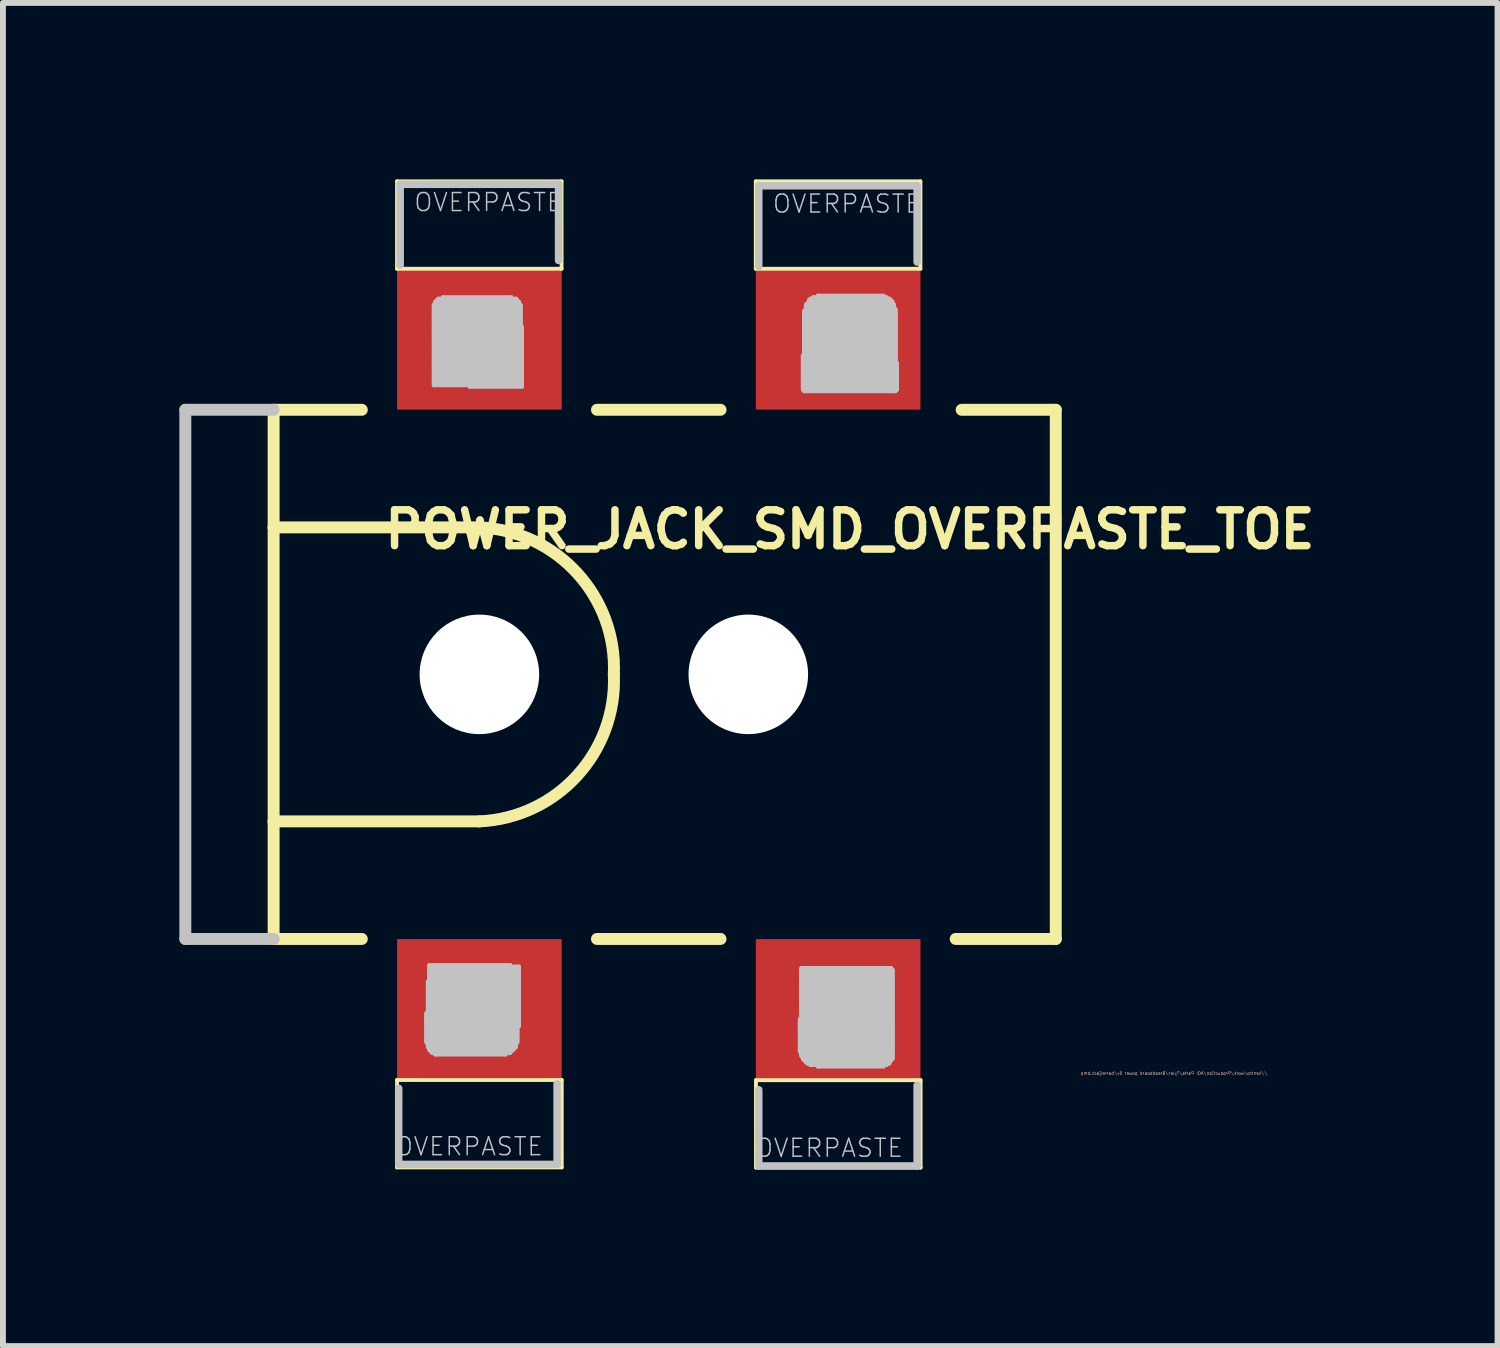
<source format=kicad_pcb>
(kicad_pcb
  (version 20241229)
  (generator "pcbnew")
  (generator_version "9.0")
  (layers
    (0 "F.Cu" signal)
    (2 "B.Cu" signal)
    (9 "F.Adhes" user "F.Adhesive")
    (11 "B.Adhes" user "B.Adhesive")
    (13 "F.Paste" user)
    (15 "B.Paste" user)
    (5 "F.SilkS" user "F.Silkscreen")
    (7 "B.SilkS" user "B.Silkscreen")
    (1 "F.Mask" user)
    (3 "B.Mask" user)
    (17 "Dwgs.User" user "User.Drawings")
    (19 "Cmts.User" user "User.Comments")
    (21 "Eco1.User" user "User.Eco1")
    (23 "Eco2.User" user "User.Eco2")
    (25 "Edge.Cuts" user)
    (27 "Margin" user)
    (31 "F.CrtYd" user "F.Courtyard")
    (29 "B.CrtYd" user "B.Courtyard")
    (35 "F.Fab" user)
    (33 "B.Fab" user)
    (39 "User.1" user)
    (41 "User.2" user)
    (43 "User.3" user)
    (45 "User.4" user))
  (footprint "POWER_JACK_SMD_OVERPASTE_TOE"
    (layer "F.Cu")
    (at 5.1 8.415)
    (property "Reference" "POWER_JACK_SMD_OVERPASTE_TOE" (at 6.299 -2.464 0) (layer "F.SilkS") (effects (font (size 0.61 0.61) (thickness 0.127))))
    (attr smd)
    (fp_line (start -3.498 -4.498) (end -3.498 -2.499) (stroke (width 0.203) (type solid)) (layer "F.SilkS"))
    (fp_line (start -3.498 -4.498) (end -1.999 -4.498) (stroke (width 0.203) (type solid)) (layer "F.SilkS"))
    (fp_line (start -3.498 -2.499) (end -3.498 2.499) (stroke (width 0.203) (type solid)) (layer "F.SilkS"))
    (fp_line (start -3.498 -2.499) (end 0 -2.499) (stroke (width 0.203) (type solid)) (layer "F.SilkS"))
    (fp_line (start -3.498 2.499) (end -3.498 4.498) (stroke (width 0.203) (type solid)) (layer "F.SilkS"))
    (fp_line (start -1.999 4.498) (end -3.498 4.498) (stroke (width 0.203) (type solid)) (layer "F.SilkS"))
    (fp_line (start -1.4 -8.382) (end 1.397 -8.382) (stroke (width 0.066) (type solid)) (layer "F.SilkS"))
    (fp_line (start -1.4 -6.896) (end -1.4 -8.382) (stroke (width 0.066) (type solid)) (layer "F.SilkS"))
    (fp_line (start -1.4 -6.896) (end 1.397 -6.896) (stroke (width 0.066) (type solid)) (layer "F.SilkS"))
    (fp_line (start -1.4 6.896) (end 1.4 6.896) (stroke (width 0.066) (type solid)) (layer "F.SilkS"))
    (fp_line (start -1.4 8.382) (end -1.4 6.896) (stroke (width 0.066) (type solid)) (layer "F.SilkS"))
    (fp_line (start -1.4 8.382) (end 1.4 8.382) (stroke (width 0.066) (type solid)) (layer "F.SilkS"))
    (fp_line (start 0 2.499) (end -3.498 2.499) (stroke (width 0.203) (type solid)) (layer "F.SilkS"))
    (fp_line (start 1.397 -6.896) (end 1.397 -8.382) (stroke (width 0.066) (type solid)) (layer "F.SilkS"))
    (fp_line (start 1.4 8.382) (end 1.4 6.896) (stroke (width 0.066) (type solid)) (layer "F.SilkS"))
    (fp_line (start 1.999 -4.498) (end 4.1 -4.498) (stroke (width 0.203) (type solid)) (layer "F.SilkS"))
    (fp_line (start 4.1 4.498) (end 1.999 4.498) (stroke (width 0.203) (type solid)) (layer "F.SilkS"))
    (fp_line (start 4.699 -8.382) (end 7.498 -8.382) (stroke (width 0.066) (type solid)) (layer "F.SilkS"))
    (fp_line (start 4.699 -6.896) (end 4.699 -8.382) (stroke (width 0.066) (type solid)) (layer "F.SilkS"))
    (fp_line (start 4.699 -6.896) (end 7.498 -6.896) (stroke (width 0.066) (type solid)) (layer "F.SilkS"))
    (fp_line (start 4.702 6.899) (end 7.501 6.899) (stroke (width 0.066) (type solid)) (layer "F.SilkS"))
    (fp_line (start 4.702 8.385) (end 4.702 6.899) (stroke (width 0.066) (type solid)) (layer "F.SilkS"))
    (fp_line (start 4.702 8.385) (end 7.501 8.385) (stroke (width 0.066) (type solid)) (layer "F.SilkS"))
    (fp_line (start 7.498 -6.896) (end 7.498 -8.382) (stroke (width 0.066) (type solid)) (layer "F.SilkS"))
    (fp_line (start 7.501 8.385) (end 7.501 6.899) (stroke (width 0.066) (type solid)) (layer "F.SilkS"))
    (fp_line (start 8.199 -4.498) (end 9.799 -4.498) (stroke (width 0.203) (type solid)) (layer "F.SilkS"))
    (fp_line (start 9.799 -4.498) (end 9.799 4.498) (stroke (width 0.203) (type solid)) (layer "F.SilkS"))
    (fp_line (start 9.799 4.498) (end 8.098 4.498) (stroke (width 0.203) (type solid)) (layer "F.SilkS"))
    (fp_arc (start 0 -2.49936) (mid 1.660634 -1.723126) (end 2.286 0) (stroke (width 0.2032) (type solid)) (layer "F.SilkS"))
    (fp_arc (start 2.286 0) (mid 1.660634 1.723126) (end 0 2.49936) (stroke (width 0.2032) (type solid)) (layer "F.SilkS"))
    (fp_line (start -4.999 -4.498) (end -4.999 4.498) (stroke (width 0.203) (type solid)) (layer "Dwgs.User"))
    (fp_line (start -4.999 -4.498) (end -3.498 -4.498) (stroke (width 0.203) (type solid)) (layer "Dwgs.User"))
    (fp_line (start -3.498 4.498) (end -4.999 4.498) (stroke (width 0.203) (type solid)) (layer "Dwgs.User"))
    (fp_line (start -1.372 7.036) (end -1.372 8.331) (stroke (width 0.127) (type solid)) (layer "Dwgs.User"))
    (fp_line (start -1.372 8.331) (end 1.321 8.331) (stroke (width 0.127) (type solid)) (layer "Dwgs.User"))
    (fp_line (start -1.346 -8.331) (end -1.346 -6.96) (stroke (width 0.127) (type solid)) (layer "Dwgs.User"))
    (fp_line (start -0.899 5.753) (end 0.673 5.753) (stroke (width 0.066) (type solid)) (layer "Dwgs.User"))
    (fp_line (start -0.899 5.779) (end -0.899 5.753) (stroke (width 0.066) (type solid)) (layer "Dwgs.User"))
    (fp_line (start -0.899 5.779) (end 0.673 5.779) (stroke (width 0.066) (type solid)) (layer "Dwgs.User"))
    (fp_line (start -0.899 5.779) (end 0.673 5.779) (stroke (width 0.066) (type solid)) (layer "Dwgs.User"))
    (fp_line (start -0.899 5.804) (end -0.899 5.779) (stroke (width 0.066) (type solid)) (layer "Dwgs.User"))
    (fp_line (start -0.899 5.804) (end 0.673 5.804) (stroke (width 0.066) (type solid)) (layer "Dwgs.User"))
    (fp_line (start -0.899 5.804) (end 0.673 5.804) (stroke (width 0.066) (type solid)) (layer "Dwgs.User"))
    (fp_line (start -0.899 5.829) (end -0.899 5.804) (stroke (width 0.066) (type solid)) (layer "Dwgs.User"))
    (fp_line (start -0.899 5.829) (end 0.673 5.829) (stroke (width 0.066) (type solid)) (layer "Dwgs.User"))
    (fp_line (start -0.899 5.829) (end 0.673 5.829) (stroke (width 0.066) (type solid)) (layer "Dwgs.User"))
    (fp_line (start -0.899 5.855) (end -0.899 5.829) (stroke (width 0.066) (type solid)) (layer "Dwgs.User"))
    (fp_line (start -0.899 5.855) (end 0.673 5.855) (stroke (width 0.066) (type solid)) (layer "Dwgs.User"))
    (fp_line (start -0.899 5.855) (end 0.673 5.855) (stroke (width 0.066) (type solid)) (layer "Dwgs.User"))
    (fp_line (start -0.899 5.88) (end -0.899 5.855) (stroke (width 0.066) (type solid)) (layer "Dwgs.User"))
    (fp_line (start -0.899 5.88) (end 0.673 5.88) (stroke (width 0.066) (type solid)) (layer "Dwgs.User"))
    (fp_line (start -0.899 5.88) (end 0.673 5.88) (stroke (width 0.066) (type solid)) (layer "Dwgs.User"))
    (fp_line (start -0.899 5.905) (end -0.899 5.88) (stroke (width 0.066) (type solid)) (layer "Dwgs.User"))
    (fp_line (start -0.899 5.905) (end 0.673 5.905) (stroke (width 0.066) (type solid)) (layer "Dwgs.User"))
    (fp_line (start -0.899 5.905) (end 0.673 5.905) (stroke (width 0.066) (type solid)) (layer "Dwgs.User"))
    (fp_line (start -0.899 5.931) (end -0.899 5.905) (stroke (width 0.066) (type solid)) (layer "Dwgs.User"))
    (fp_line (start -0.899 5.931) (end 0.673 5.931) (stroke (width 0.066) (type solid)) (layer "Dwgs.User"))
    (fp_line (start -0.899 5.931) (end 0.673 5.931) (stroke (width 0.066) (type solid)) (layer "Dwgs.User"))
    (fp_line (start -0.899 5.956) (end -0.899 5.931) (stroke (width 0.066) (type solid)) (layer "Dwgs.User"))
    (fp_line (start -0.899 5.956) (end 0.673 5.956) (stroke (width 0.066) (type solid)) (layer "Dwgs.User"))
    (fp_line (start -0.899 5.956) (end 0.673 5.956) (stroke (width 0.066) (type solid)) (layer "Dwgs.User"))
    (fp_line (start -0.899 5.982) (end -0.899 5.956) (stroke (width 0.066) (type solid)) (layer "Dwgs.User"))
    (fp_line (start -0.899 5.982) (end 0.645 5.982) (stroke (width 0.066) (type solid)) (layer "Dwgs.User"))
    (fp_line (start -0.899 5.982) (end 0.673 5.982) (stroke (width 0.066) (type solid)) (layer "Dwgs.User"))
    (fp_line (start -0.899 6.007) (end -0.899 5.982) (stroke (width 0.066) (type solid)) (layer "Dwgs.User"))
    (fp_line (start -0.899 6.007) (end 0.645 6.007) (stroke (width 0.066) (type solid)) (layer "Dwgs.User"))
    (fp_line (start -0.899 6.007) (end 0.645 6.007) (stroke (width 0.066) (type solid)) (layer "Dwgs.User"))
    (fp_line (start -0.899 6.032) (end -0.899 6.007) (stroke (width 0.066) (type solid)) (layer "Dwgs.User"))
    (fp_line (start -0.899 6.032) (end 0.645 6.032) (stroke (width 0.066) (type solid)) (layer "Dwgs.User"))
    (fp_line (start -0.899 6.032) (end 0.645 6.032) (stroke (width 0.066) (type solid)) (layer "Dwgs.User"))
    (fp_line (start -0.899 6.058) (end -0.899 6.032) (stroke (width 0.066) (type solid)) (layer "Dwgs.User"))
    (fp_line (start -0.899 6.058) (end 0.645 6.058) (stroke (width 0.066) (type solid)) (layer "Dwgs.User"))
    (fp_line (start -0.899 6.058) (end 0.645 6.058) (stroke (width 0.066) (type solid)) (layer "Dwgs.User"))
    (fp_line (start -0.899 6.083) (end -0.899 6.058) (stroke (width 0.066) (type solid)) (layer "Dwgs.User"))
    (fp_line (start -0.899 6.083) (end 0.645 6.083) (stroke (width 0.066) (type solid)) (layer "Dwgs.User"))
    (fp_line (start -0.899 6.083) (end 0.645 6.083) (stroke (width 0.066) (type solid)) (layer "Dwgs.User"))
    (fp_line (start -0.899 6.109) (end -0.899 6.083) (stroke (width 0.066) (type solid)) (layer "Dwgs.User"))
    (fp_line (start -0.899 6.109) (end 0.645 6.109) (stroke (width 0.066) (type solid)) (layer "Dwgs.User"))
    (fp_line (start -0.899 6.109) (end 0.645 6.109) (stroke (width 0.066) (type solid)) (layer "Dwgs.User"))
    (fp_line (start -0.899 6.134) (end -0.899 6.109) (stroke (width 0.066) (type solid)) (layer "Dwgs.User"))
    (fp_line (start -0.899 6.134) (end 0.645 6.134) (stroke (width 0.066) (type solid)) (layer "Dwgs.User"))
    (fp_line (start -0.899 6.134) (end 0.645 6.134) (stroke (width 0.066) (type solid)) (layer "Dwgs.User"))
    (fp_line (start -0.899 6.16) (end -0.899 6.134) (stroke (width 0.066) (type solid)) (layer "Dwgs.User"))
    (fp_line (start -0.899 6.16) (end 0.645 6.16) (stroke (width 0.066) (type solid)) (layer "Dwgs.User"))
    (fp_line (start -0.899 6.16) (end 0.645 6.16) (stroke (width 0.066) (type solid)) (layer "Dwgs.User"))
    (fp_line (start -0.899 6.185) (end -0.899 6.16) (stroke (width 0.066) (type solid)) (layer "Dwgs.User"))
    (fp_line (start -0.899 6.185) (end 0.645 6.185) (stroke (width 0.066) (type solid)) (layer "Dwgs.User"))
    (fp_line (start -0.899 6.185) (end 0.645 6.185) (stroke (width 0.066) (type solid)) (layer "Dwgs.User"))
    (fp_line (start -0.899 6.21) (end -0.899 6.185) (stroke (width 0.066) (type solid)) (layer "Dwgs.User"))
    (fp_line (start -0.899 6.21) (end 0.645 6.21) (stroke (width 0.066) (type solid)) (layer "Dwgs.User"))
    (fp_line (start -0.899 6.21) (end 0.645 6.21) (stroke (width 0.066) (type solid)) (layer "Dwgs.User"))
    (fp_line (start -0.899 6.236) (end -0.899 6.21) (stroke (width 0.066) (type solid)) (layer "Dwgs.User"))
    (fp_line (start -0.899 6.236) (end 0.645 6.236) (stroke (width 0.066) (type solid)) (layer "Dwgs.User"))
    (fp_line (start -0.899 6.236) (end 0.645 6.236) (stroke (width 0.066) (type solid)) (layer "Dwgs.User"))
    (fp_line (start -0.899 6.261) (end -0.899 6.236) (stroke (width 0.066) (type solid)) (layer "Dwgs.User"))
    (fp_line (start -0.899 6.261) (end 0.645 6.261) (stroke (width 0.066) (type solid)) (layer "Dwgs.User"))
    (fp_line (start -0.876 5.22) (end 0.673 5.22) (stroke (width 0.066) (type solid)) (layer "Dwgs.User"))
    (fp_line (start -0.876 5.245) (end -0.876 5.22) (stroke (width 0.066) (type solid)) (layer "Dwgs.User"))
    (fp_line (start -0.876 5.245) (end 0.673 5.245) (stroke (width 0.066) (type solid)) (layer "Dwgs.User"))
    (fp_line (start -0.876 5.245) (end 0.673 5.245) (stroke (width 0.066) (type solid)) (layer "Dwgs.User"))
    (fp_line (start -0.876 5.271) (end -0.876 5.245) (stroke (width 0.066) (type solid)) (layer "Dwgs.User"))
    (fp_line (start -0.876 5.271) (end 0.673 5.271) (stroke (width 0.066) (type solid)) (layer "Dwgs.User"))
    (fp_line (start -0.876 5.271) (end 0.673 5.271) (stroke (width 0.066) (type solid)) (layer "Dwgs.User"))
    (fp_line (start -0.876 5.296) (end -0.876 5.271) (stroke (width 0.066) (type solid)) (layer "Dwgs.User"))
    (fp_line (start -0.876 5.296) (end 0.673 5.296) (stroke (width 0.066) (type solid)) (layer "Dwgs.User"))
    (fp_line (start -0.876 5.296) (end 0.673 5.296) (stroke (width 0.066) (type solid)) (layer "Dwgs.User"))
    (fp_line (start -0.876 5.321) (end -0.876 5.296) (stroke (width 0.066) (type solid)) (layer "Dwgs.User"))
    (fp_line (start -0.876 5.321) (end 0.673 5.321) (stroke (width 0.066) (type solid)) (layer "Dwgs.User"))
    (fp_line (start -0.876 5.321) (end 0.673 5.321) (stroke (width 0.066) (type solid)) (layer "Dwgs.User"))
    (fp_line (start -0.876 5.347) (end -0.876 5.321) (stroke (width 0.066) (type solid)) (layer "Dwgs.User"))
    (fp_line (start -0.876 5.347) (end 0.673 5.347) (stroke (width 0.066) (type solid)) (layer "Dwgs.User"))
    (fp_line (start -0.876 5.347) (end 0.673 5.347) (stroke (width 0.066) (type solid)) (layer "Dwgs.User"))
    (fp_line (start -0.876 5.372) (end -0.876 5.347) (stroke (width 0.066) (type solid)) (layer "Dwgs.User"))
    (fp_line (start -0.876 5.372) (end 0.673 5.372) (stroke (width 0.066) (type solid)) (layer "Dwgs.User"))
    (fp_line (start -0.876 5.372) (end 0.673 5.372) (stroke (width 0.066) (type solid)) (layer "Dwgs.User"))
    (fp_line (start -0.876 5.397) (end -0.876 5.372) (stroke (width 0.066) (type solid)) (layer "Dwgs.User"))
    (fp_line (start -0.876 5.397) (end 0.673 5.397) (stroke (width 0.066) (type solid)) (layer "Dwgs.User"))
    (fp_line (start -0.876 5.397) (end 0.673 5.397) (stroke (width 0.066) (type solid)) (layer "Dwgs.User"))
    (fp_line (start -0.876 5.423) (end -0.876 5.397) (stroke (width 0.066) (type solid)) (layer "Dwgs.User"))
    (fp_line (start -0.876 5.423) (end 0.673 5.423) (stroke (width 0.066) (type solid)) (layer "Dwgs.User"))
    (fp_line (start -0.876 5.423) (end 0.673 5.423) (stroke (width 0.066) (type solid)) (layer "Dwgs.User"))
    (fp_line (start -0.876 5.448) (end -0.876 5.423) (stroke (width 0.066) (type solid)) (layer "Dwgs.User"))
    (fp_line (start -0.876 5.448) (end 0.673 5.448) (stroke (width 0.066) (type solid)) (layer "Dwgs.User"))
    (fp_line (start -0.876 5.448) (end 0.673 5.448) (stroke (width 0.066) (type solid)) (layer "Dwgs.User"))
    (fp_line (start -0.876 5.474) (end -0.876 5.448) (stroke (width 0.066) (type solid)) (layer "Dwgs.User"))
    (fp_line (start -0.876 5.474) (end 0.673 5.474) (stroke (width 0.066) (type solid)) (layer "Dwgs.User"))
    (fp_line (start -0.876 5.474) (end 0.673 5.474) (stroke (width 0.066) (type solid)) (layer "Dwgs.User"))
    (fp_line (start -0.876 5.499) (end -0.876 5.474) (stroke (width 0.066) (type solid)) (layer "Dwgs.User"))
    (fp_line (start -0.876 5.499) (end 0.673 5.499) (stroke (width 0.066) (type solid)) (layer "Dwgs.User"))
    (fp_line (start -0.876 5.499) (end 0.673 5.499) (stroke (width 0.066) (type solid)) (layer "Dwgs.User"))
    (fp_line (start -0.876 5.524) (end -0.876 5.499) (stroke (width 0.066) (type solid)) (layer "Dwgs.User"))
    (fp_line (start -0.876 5.524) (end 0.673 5.524) (stroke (width 0.066) (type solid)) (layer "Dwgs.User"))
    (fp_line (start -0.876 5.524) (end 0.673 5.524) (stroke (width 0.066) (type solid)) (layer "Dwgs.User"))
    (fp_line (start -0.876 5.55) (end -0.876 5.524) (stroke (width 0.066) (type solid)) (layer "Dwgs.User"))
    (fp_line (start -0.876 5.55) (end 0.673 5.55) (stroke (width 0.066) (type solid)) (layer "Dwgs.User"))
    (fp_line (start -0.876 5.55) (end 0.673 5.55) (stroke (width 0.066) (type solid)) (layer "Dwgs.User"))
    (fp_line (start -0.876 5.575) (end -0.876 5.55) (stroke (width 0.066) (type solid)) (layer "Dwgs.User"))
    (fp_line (start -0.876 5.575) (end 0.673 5.575) (stroke (width 0.066) (type solid)) (layer "Dwgs.User"))
    (fp_line (start -0.876 5.575) (end 0.673 5.575) (stroke (width 0.066) (type solid)) (layer "Dwgs.User"))
    (fp_line (start -0.876 5.601) (end -0.876 5.575) (stroke (width 0.066) (type solid)) (layer "Dwgs.User"))
    (fp_line (start -0.876 5.601) (end 0.673 5.601) (stroke (width 0.066) (type solid)) (layer "Dwgs.User"))
    (fp_line (start -0.876 5.601) (end 0.673 5.601) (stroke (width 0.066) (type solid)) (layer "Dwgs.User"))
    (fp_line (start -0.876 5.626) (end -0.876 5.601) (stroke (width 0.066) (type solid)) (layer "Dwgs.User"))
    (fp_line (start -0.876 5.626) (end 0.673 5.626) (stroke (width 0.066) (type solid)) (layer "Dwgs.User"))
    (fp_line (start -0.876 5.626) (end 0.673 5.626) (stroke (width 0.066) (type solid)) (layer "Dwgs.User"))
    (fp_line (start -0.876 5.652) (end -0.876 5.626) (stroke (width 0.066) (type solid)) (layer "Dwgs.User"))
    (fp_line (start -0.876 5.652) (end 0.673 5.652) (stroke (width 0.066) (type solid)) (layer "Dwgs.User"))
    (fp_line (start -0.876 5.652) (end 0.673 5.652) (stroke (width 0.066) (type solid)) (layer "Dwgs.User"))
    (fp_line (start -0.876 5.677) (end -0.876 5.652) (stroke (width 0.066) (type solid)) (layer "Dwgs.User"))
    (fp_line (start -0.876 5.677) (end 0.673 5.677) (stroke (width 0.066) (type solid)) (layer "Dwgs.User"))
    (fp_line (start -0.876 5.677) (end 0.673 5.677) (stroke (width 0.066) (type solid)) (layer "Dwgs.User"))
    (fp_line (start -0.876 5.702) (end -0.876 5.677) (stroke (width 0.066) (type solid)) (layer "Dwgs.User"))
    (fp_line (start -0.876 5.702) (end 0.673 5.702) (stroke (width 0.066) (type solid)) (layer "Dwgs.User"))
    (fp_line (start -0.876 5.702) (end 0.673 5.702) (stroke (width 0.066) (type solid)) (layer "Dwgs.User"))
    (fp_line (start -0.876 5.728) (end -0.876 5.702) (stroke (width 0.066) (type solid)) (layer "Dwgs.User"))
    (fp_line (start -0.876 5.728) (end 0.673 5.728) (stroke (width 0.066) (type solid)) (layer "Dwgs.User"))
    (fp_line (start -0.876 5.728) (end 0.673 5.728) (stroke (width 0.066) (type solid)) (layer "Dwgs.User"))
    (fp_line (start -0.876 5.753) (end -0.876 5.728) (stroke (width 0.066) (type solid)) (layer "Dwgs.User"))
    (fp_line (start -0.876 5.753) (end 0.673 5.753) (stroke (width 0.066) (type solid)) (layer "Dwgs.User"))
    (fp_line (start -0.876 6.261) (end 0.622 6.261) (stroke (width 0.066) (type solid)) (layer "Dwgs.User"))
    (fp_line (start -0.876 6.287) (end -0.876 6.261) (stroke (width 0.066) (type solid)) (layer "Dwgs.User"))
    (fp_line (start -0.876 6.287) (end 0.622 6.287) (stroke (width 0.066) (type solid)) (layer "Dwgs.User"))
    (fp_line (start -0.876 6.287) (end 0.622 6.287) (stroke (width 0.066) (type solid)) (layer "Dwgs.User"))
    (fp_line (start -0.876 6.312) (end -0.876 6.287) (stroke (width 0.066) (type solid)) (layer "Dwgs.User"))
    (fp_line (start -0.876 6.312) (end 0.622 6.312) (stroke (width 0.066) (type solid)) (layer "Dwgs.User"))
    (fp_line (start -0.876 6.312) (end 0.622 6.312) (stroke (width 0.066) (type solid)) (layer "Dwgs.User"))
    (fp_line (start -0.876 6.337) (end -0.876 6.312) (stroke (width 0.066) (type solid)) (layer "Dwgs.User"))
    (fp_line (start -0.876 6.337) (end 0.622 6.337) (stroke (width 0.066) (type solid)) (layer "Dwgs.User"))
    (fp_line (start -0.851 4.94) (end 0.521 4.94) (stroke (width 0.066) (type solid)) (layer "Dwgs.User"))
    (fp_line (start -0.851 4.966) (end -0.851 4.94) (stroke (width 0.066) (type solid)) (layer "Dwgs.User"))
    (fp_line (start -0.851 4.966) (end 0.521 4.966) (stroke (width 0.066) (type solid)) (layer "Dwgs.User"))
    (fp_line (start -0.851 4.966) (end 0.673 4.966) (stroke (width 0.066) (type solid)) (layer "Dwgs.User"))
    (fp_line (start -0.851 4.991) (end -0.851 4.966) (stroke (width 0.066) (type solid)) (layer "Dwgs.User"))
    (fp_line (start -0.851 4.991) (end 0.673 4.991) (stroke (width 0.066) (type solid)) (layer "Dwgs.User"))
    (fp_line (start -0.851 4.991) (end 0.673 4.991) (stroke (width 0.066) (type solid)) (layer "Dwgs.User"))
    (fp_line (start -0.851 5.016) (end -0.851 4.991) (stroke (width 0.066) (type solid)) (layer "Dwgs.User"))
    (fp_line (start -0.851 5.016) (end 0.673 5.016) (stroke (width 0.066) (type solid)) (layer "Dwgs.User"))
    (fp_line (start -0.851 5.016) (end 0.673 5.016) (stroke (width 0.066) (type solid)) (layer "Dwgs.User"))
    (fp_line (start -0.851 5.042) (end -0.851 5.016) (stroke (width 0.066) (type solid)) (layer "Dwgs.User"))
    (fp_line (start -0.851 5.042) (end 0.673 5.042) (stroke (width 0.066) (type solid)) (layer "Dwgs.User"))
    (fp_line (start -0.851 5.042) (end 0.673 5.042) (stroke (width 0.066) (type solid)) (layer "Dwgs.User"))
    (fp_line (start -0.851 5.067) (end -0.851 5.042) (stroke (width 0.066) (type solid)) (layer "Dwgs.User"))
    (fp_line (start -0.851 5.067) (end 0.673 5.067) (stroke (width 0.066) (type solid)) (layer "Dwgs.User"))
    (fp_line (start -0.851 5.067) (end 0.673 5.067) (stroke (width 0.066) (type solid)) (layer "Dwgs.User"))
    (fp_line (start -0.851 5.093) (end -0.851 5.067) (stroke (width 0.066) (type solid)) (layer "Dwgs.User"))
    (fp_line (start -0.851 5.093) (end 0.673 5.093) (stroke (width 0.066) (type solid)) (layer "Dwgs.User"))
    (fp_line (start -0.851 5.093) (end 0.673 5.093) (stroke (width 0.066) (type solid)) (layer "Dwgs.User"))
    (fp_line (start -0.851 5.118) (end -0.851 5.093) (stroke (width 0.066) (type solid)) (layer "Dwgs.User"))
    (fp_line (start -0.851 5.118) (end 0.673 5.118) (stroke (width 0.066) (type solid)) (layer "Dwgs.User"))
    (fp_line (start -0.851 5.118) (end 0.673 5.118) (stroke (width 0.066) (type solid)) (layer "Dwgs.User"))
    (fp_line (start -0.851 5.144) (end -0.851 5.118) (stroke (width 0.066) (type solid)) (layer "Dwgs.User"))
    (fp_line (start -0.851 5.144) (end 0.673 5.144) (stroke (width 0.066) (type solid)) (layer "Dwgs.User"))
    (fp_line (start -0.851 5.144) (end 0.673 5.144) (stroke (width 0.066) (type solid)) (layer "Dwgs.User"))
    (fp_line (start -0.851 5.166) (end -0.851 5.144) (stroke (width 0.066) (type solid)) (layer "Dwgs.User"))
    (fp_line (start -0.851 5.166) (end 0.673 5.166) (stroke (width 0.066) (type solid)) (layer "Dwgs.User"))
    (fp_line (start -0.851 5.166) (end 0.673 5.166) (stroke (width 0.066) (type solid)) (layer "Dwgs.User"))
    (fp_line (start -0.851 5.192) (end -0.851 5.166) (stroke (width 0.066) (type solid)) (layer "Dwgs.User"))
    (fp_line (start -0.851 5.192) (end 0.673 5.192) (stroke (width 0.066) (type solid)) (layer "Dwgs.User"))
    (fp_line (start -0.851 5.192) (end 0.673 5.192) (stroke (width 0.066) (type solid)) (layer "Dwgs.User"))
    (fp_line (start -0.851 5.22) (end -0.851 5.192) (stroke (width 0.066) (type solid)) (layer "Dwgs.User"))
    (fp_line (start -0.851 5.22) (end 0.673 5.22) (stroke (width 0.066) (type solid)) (layer "Dwgs.User"))
    (fp_line (start -0.851 6.337) (end 0.597 6.337) (stroke (width 0.066) (type solid)) (layer "Dwgs.User"))
    (fp_line (start -0.851 6.363) (end -0.851 6.337) (stroke (width 0.066) (type solid)) (layer "Dwgs.User"))
    (fp_line (start -0.851 6.363) (end 0.572 6.363) (stroke (width 0.066) (type solid)) (layer "Dwgs.User"))
    (fp_line (start -0.851 6.363) (end 0.597 6.363) (stroke (width 0.066) (type solid)) (layer "Dwgs.User"))
    (fp_line (start -0.851 6.388) (end -0.851 6.363) (stroke (width 0.066) (type solid)) (layer "Dwgs.User"))
    (fp_line (start -0.851 6.388) (end 0.572 6.388) (stroke (width 0.066) (type solid)) (layer "Dwgs.User"))
    (fp_line (start -0.826 6.388) (end 0.544 6.388) (stroke (width 0.066) (type solid)) (layer "Dwgs.User"))
    (fp_line (start -0.826 6.413) (end -0.826 6.388) (stroke (width 0.066) (type solid)) (layer "Dwgs.User"))
    (fp_line (start -0.826 6.413) (end 0.544 6.413) (stroke (width 0.066) (type solid)) (layer "Dwgs.User"))
    (fp_line (start -0.8 6.413) (end 0.521 6.413) (stroke (width 0.066) (type solid)) (layer "Dwgs.User"))
    (fp_line (start -0.8 6.439) (end -0.8 6.413) (stroke (width 0.066) (type solid)) (layer "Dwgs.User"))
    (fp_line (start -0.8 6.439) (end 0.521 6.439) (stroke (width 0.066) (type solid)) (layer "Dwgs.User"))
    (fp_line (start -0.775 -6.287) (end 0.699 -6.287) (stroke (width 0.066) (type solid)) (layer "Dwgs.User"))
    (fp_line (start -0.775 -6.261) (end -0.775 -6.287) (stroke (width 0.066) (type solid)) (layer "Dwgs.User"))
    (fp_line (start -0.775 -6.261) (end 0.699 -6.261) (stroke (width 0.066) (type solid)) (layer "Dwgs.User"))
    (fp_line (start -0.775 -6.261) (end 0.699 -6.261) (stroke (width 0.066) (type solid)) (layer "Dwgs.User"))
    (fp_line (start -0.775 -6.236) (end -0.775 -6.261) (stroke (width 0.066) (type solid)) (layer "Dwgs.User"))
    (fp_line (start -0.775 -6.236) (end 0.699 -6.236) (stroke (width 0.066) (type solid)) (layer "Dwgs.User"))
    (fp_line (start -0.775 -6.236) (end 0.699 -6.236) (stroke (width 0.066) (type solid)) (layer "Dwgs.User"))
    (fp_line (start -0.775 -6.21) (end -0.775 -6.236) (stroke (width 0.066) (type solid)) (layer "Dwgs.User"))
    (fp_line (start -0.775 -6.21) (end 0.699 -6.21) (stroke (width 0.066) (type solid)) (layer "Dwgs.User"))
    (fp_line (start -0.775 -6.21) (end 0.699 -6.21) (stroke (width 0.066) (type solid)) (layer "Dwgs.User"))
    (fp_line (start -0.775 -6.185) (end -0.775 -6.21) (stroke (width 0.066) (type solid)) (layer "Dwgs.User"))
    (fp_line (start -0.775 -6.185) (end 0.699 -6.185) (stroke (width 0.066) (type solid)) (layer "Dwgs.User"))
    (fp_line (start -0.775 -6.185) (end 0.699 -6.185) (stroke (width 0.066) (type solid)) (layer "Dwgs.User"))
    (fp_line (start -0.775 -6.16) (end -0.775 -6.185) (stroke (width 0.066) (type solid)) (layer "Dwgs.User"))
    (fp_line (start -0.775 -6.16) (end 0.699 -6.16) (stroke (width 0.066) (type solid)) (layer "Dwgs.User"))
    (fp_line (start -0.775 -6.16) (end 0.699 -6.16) (stroke (width 0.066) (type solid)) (layer "Dwgs.User"))
    (fp_line (start -0.775 -6.134) (end -0.775 -6.16) (stroke (width 0.066) (type solid)) (layer "Dwgs.User"))
    (fp_line (start -0.775 -6.134) (end 0.699 -6.134) (stroke (width 0.066) (type solid)) (layer "Dwgs.User"))
    (fp_line (start -0.775 -6.134) (end 0.699 -6.134) (stroke (width 0.066) (type solid)) (layer "Dwgs.User"))
    (fp_line (start -0.775 -6.109) (end -0.775 -6.134) (stroke (width 0.066) (type solid)) (layer "Dwgs.User"))
    (fp_line (start -0.775 -6.109) (end 0.699 -6.109) (stroke (width 0.066) (type solid)) (layer "Dwgs.User"))
    (fp_line (start -0.775 -6.109) (end 0.699 -6.109) (stroke (width 0.066) (type solid)) (layer "Dwgs.User"))
    (fp_line (start -0.775 -6.083) (end -0.775 -6.109) (stroke (width 0.066) (type solid)) (layer "Dwgs.User"))
    (fp_line (start -0.775 -6.083) (end 0.699 -6.083) (stroke (width 0.066) (type solid)) (layer "Dwgs.User"))
    (fp_line (start -0.775 -6.083) (end 0.699 -6.083) (stroke (width 0.066) (type solid)) (layer "Dwgs.User"))
    (fp_line (start -0.775 -6.058) (end -0.775 -6.083) (stroke (width 0.066) (type solid)) (layer "Dwgs.User"))
    (fp_line (start -0.775 -6.058) (end 0.699 -6.058) (stroke (width 0.066) (type solid)) (layer "Dwgs.User"))
    (fp_line (start -0.775 -6.058) (end 0.699 -6.058) (stroke (width 0.066) (type solid)) (layer "Dwgs.User"))
    (fp_line (start -0.775 -6.032) (end -0.775 -6.058) (stroke (width 0.066) (type solid)) (layer "Dwgs.User"))
    (fp_line (start -0.775 -6.032) (end 0.699 -6.032) (stroke (width 0.066) (type solid)) (layer "Dwgs.User"))
    (fp_line (start -0.775 -6.032) (end 0.699 -6.032) (stroke (width 0.066) (type solid)) (layer "Dwgs.User"))
    (fp_line (start -0.775 -6.007) (end -0.775 -6.032) (stroke (width 0.066) (type solid)) (layer "Dwgs.User"))
    (fp_line (start -0.775 -6.007) (end 0.699 -6.007) (stroke (width 0.066) (type solid)) (layer "Dwgs.User"))
    (fp_line (start -0.775 -6.007) (end 0.699 -6.007) (stroke (width 0.066) (type solid)) (layer "Dwgs.User"))
    (fp_line (start -0.775 -5.982) (end -0.775 -6.007) (stroke (width 0.066) (type solid)) (layer "Dwgs.User"))
    (fp_line (start -0.775 -5.982) (end 0.699 -5.982) (stroke (width 0.066) (type solid)) (layer "Dwgs.User"))
    (fp_line (start -0.775 -5.982) (end 0.699 -5.982) (stroke (width 0.066) (type solid)) (layer "Dwgs.User"))
    (fp_line (start -0.775 -5.956) (end -0.775 -5.982) (stroke (width 0.066) (type solid)) (layer "Dwgs.User"))
    (fp_line (start -0.775 -5.956) (end 0.699 -5.956) (stroke (width 0.066) (type solid)) (layer "Dwgs.User"))
    (fp_line (start -0.775 -5.956) (end 0.699 -5.956) (stroke (width 0.066) (type solid)) (layer "Dwgs.User"))
    (fp_line (start -0.775 -5.931) (end -0.775 -5.956) (stroke (width 0.066) (type solid)) (layer "Dwgs.User"))
    (fp_line (start -0.775 -5.931) (end 0.699 -5.931) (stroke (width 0.066) (type solid)) (layer "Dwgs.User"))
    (fp_line (start -0.775 -5.931) (end 0.699 -5.931) (stroke (width 0.066) (type solid)) (layer "Dwgs.User"))
    (fp_line (start -0.775 -5.905) (end -0.775 -5.931) (stroke (width 0.066) (type solid)) (layer "Dwgs.User"))
    (fp_line (start -0.775 -5.905) (end 0.699 -5.905) (stroke (width 0.066) (type solid)) (layer "Dwgs.User"))
    (fp_line (start -0.775 -5.905) (end 0.724 -5.905) (stroke (width 0.066) (type solid)) (layer "Dwgs.User"))
    (fp_line (start -0.775 -5.88) (end -0.775 -5.905) (stroke (width 0.066) (type solid)) (layer "Dwgs.User"))
    (fp_line (start -0.775 -5.88) (end 0.724 -5.88) (stroke (width 0.066) (type solid)) (layer "Dwgs.User"))
    (fp_line (start -0.775 -5.88) (end 0.724 -5.88) (stroke (width 0.066) (type solid)) (layer "Dwgs.User"))
    (fp_line (start -0.775 -5.855) (end -0.775 -5.88) (stroke (width 0.066) (type solid)) (layer "Dwgs.User"))
    (fp_line (start -0.775 -5.855) (end 0.724 -5.855) (stroke (width 0.066) (type solid)) (layer "Dwgs.User"))
    (fp_line (start -0.775 -5.855) (end 0.724 -5.855) (stroke (width 0.066) (type solid)) (layer "Dwgs.User"))
    (fp_line (start -0.775 -5.829) (end -0.775 -5.855) (stroke (width 0.066) (type solid)) (layer "Dwgs.User"))
    (fp_line (start -0.775 -5.829) (end 0.724 -5.829) (stroke (width 0.066) (type solid)) (layer "Dwgs.User"))
    (fp_line (start -0.775 -5.829) (end 0.724 -5.829) (stroke (width 0.066) (type solid)) (layer "Dwgs.User"))
    (fp_line (start -0.775 -5.804) (end -0.775 -5.829) (stroke (width 0.066) (type solid)) (layer "Dwgs.User"))
    (fp_line (start -0.775 -5.804) (end 0.724 -5.804) (stroke (width 0.066) (type solid)) (layer "Dwgs.User"))
    (fp_line (start -0.775 -5.804) (end 0.724 -5.804) (stroke (width 0.066) (type solid)) (layer "Dwgs.User"))
    (fp_line (start -0.775 -5.779) (end -0.775 -5.804) (stroke (width 0.066) (type solid)) (layer "Dwgs.User"))
    (fp_line (start -0.775 -5.779) (end 0.724 -5.779) (stroke (width 0.066) (type solid)) (layer "Dwgs.User"))
    (fp_line (start -0.775 -5.779) (end 0.724 -5.779) (stroke (width 0.066) (type solid)) (layer "Dwgs.User"))
    (fp_line (start -0.775 -5.753) (end -0.775 -5.779) (stroke (width 0.066) (type solid)) (layer "Dwgs.User"))
    (fp_line (start -0.775 -5.753) (end 0.724 -5.753) (stroke (width 0.066) (type solid)) (layer "Dwgs.User"))
    (fp_line (start -0.775 -5.753) (end 0.724 -5.753) (stroke (width 0.066) (type solid)) (layer "Dwgs.User"))
    (fp_line (start -0.775 -5.728) (end -0.775 -5.753) (stroke (width 0.066) (type solid)) (layer "Dwgs.User"))
    (fp_line (start -0.775 -5.728) (end 0.724 -5.728) (stroke (width 0.066) (type solid)) (layer "Dwgs.User"))
    (fp_line (start -0.775 -5.728) (end 0.724 -5.728) (stroke (width 0.066) (type solid)) (layer "Dwgs.User"))
    (fp_line (start -0.775 -5.702) (end -0.775 -5.728) (stroke (width 0.066) (type solid)) (layer "Dwgs.User"))
    (fp_line (start -0.775 -5.702) (end 0.724 -5.702) (stroke (width 0.066) (type solid)) (layer "Dwgs.User"))
    (fp_line (start -0.775 -5.702) (end 0.724 -5.702) (stroke (width 0.066) (type solid)) (layer "Dwgs.User"))
    (fp_line (start -0.775 -5.677) (end -0.775 -5.702) (stroke (width 0.066) (type solid)) (layer "Dwgs.User"))
    (fp_line (start -0.775 -5.677) (end 0.724 -5.677) (stroke (width 0.066) (type solid)) (layer "Dwgs.User"))
    (fp_line (start -0.775 -5.677) (end 0.724 -5.677) (stroke (width 0.066) (type solid)) (layer "Dwgs.User"))
    (fp_line (start -0.775 -5.652) (end -0.775 -5.677) (stroke (width 0.066) (type solid)) (layer "Dwgs.User"))
    (fp_line (start -0.775 -5.652) (end 0.724 -5.652) (stroke (width 0.066) (type solid)) (layer "Dwgs.User"))
    (fp_line (start -0.775 -5.652) (end 0.724 -5.652) (stroke (width 0.066) (type solid)) (layer "Dwgs.User"))
    (fp_line (start -0.775 -5.626) (end -0.775 -5.652) (stroke (width 0.066) (type solid)) (layer "Dwgs.User"))
    (fp_line (start -0.775 -5.626) (end 0.724 -5.626) (stroke (width 0.066) (type solid)) (layer "Dwgs.User"))
    (fp_line (start -0.775 -5.626) (end 0.724 -5.626) (stroke (width 0.066) (type solid)) (layer "Dwgs.User"))
    (fp_line (start -0.775 -5.601) (end -0.775 -5.626) (stroke (width 0.066) (type solid)) (layer "Dwgs.User"))
    (fp_line (start -0.775 -5.601) (end 0.724 -5.601) (stroke (width 0.066) (type solid)) (layer "Dwgs.User"))
    (fp_line (start -0.775 -5.601) (end 0.724 -5.601) (stroke (width 0.066) (type solid)) (layer "Dwgs.User"))
    (fp_line (start -0.775 -5.575) (end -0.775 -5.601) (stroke (width 0.066) (type solid)) (layer "Dwgs.User"))
    (fp_line (start -0.775 -5.575) (end 0.724 -5.575) (stroke (width 0.066) (type solid)) (layer "Dwgs.User"))
    (fp_line (start -0.775 -5.575) (end 0.724 -5.575) (stroke (width 0.066) (type solid)) (layer "Dwgs.User"))
    (fp_line (start -0.775 -5.55) (end -0.775 -5.575) (stroke (width 0.066) (type solid)) (layer "Dwgs.User"))
    (fp_line (start -0.775 -5.55) (end 0.724 -5.55) (stroke (width 0.066) (type solid)) (layer "Dwgs.User"))
    (fp_line (start -0.775 -5.55) (end 0.724 -5.55) (stroke (width 0.066) (type solid)) (layer "Dwgs.User"))
    (fp_line (start -0.775 -5.524) (end -0.775 -5.55) (stroke (width 0.066) (type solid)) (layer "Dwgs.User"))
    (fp_line (start -0.775 -5.524) (end 0.724 -5.524) (stroke (width 0.066) (type solid)) (layer "Dwgs.User"))
    (fp_line (start -0.775 -5.524) (end 0.724 -5.524) (stroke (width 0.066) (type solid)) (layer "Dwgs.User"))
    (fp_line (start -0.775 -5.499) (end -0.775 -5.524) (stroke (width 0.066) (type solid)) (layer "Dwgs.User"))
    (fp_line (start -0.775 -5.499) (end 0.724 -5.499) (stroke (width 0.066) (type solid)) (layer "Dwgs.User"))
    (fp_line (start -0.775 -5.499) (end 0.724 -5.499) (stroke (width 0.066) (type solid)) (layer "Dwgs.User"))
    (fp_line (start -0.775 -5.474) (end -0.775 -5.499) (stroke (width 0.066) (type solid)) (layer "Dwgs.User"))
    (fp_line (start -0.775 -5.474) (end 0.724 -5.474) (stroke (width 0.066) (type solid)) (layer "Dwgs.User"))
    (fp_line (start -0.775 -5.474) (end 0.724 -5.474) (stroke (width 0.066) (type solid)) (layer "Dwgs.User"))
    (fp_line (start -0.775 -5.448) (end -0.775 -5.474) (stroke (width 0.066) (type solid)) (layer "Dwgs.User"))
    (fp_line (start -0.775 -5.448) (end 0.724 -5.448) (stroke (width 0.066) (type solid)) (layer "Dwgs.User"))
    (fp_line (start -0.775 -5.448) (end 0.724 -5.448) (stroke (width 0.066) (type solid)) (layer "Dwgs.User"))
    (fp_line (start -0.775 -5.423) (end -0.775 -5.448) (stroke (width 0.066) (type solid)) (layer "Dwgs.User"))
    (fp_line (start -0.775 -5.423) (end 0.724 -5.423) (stroke (width 0.066) (type solid)) (layer "Dwgs.User"))
    (fp_line (start -0.775 -5.423) (end 0.724 -5.423) (stroke (width 0.066) (type solid)) (layer "Dwgs.User"))
    (fp_line (start -0.775 -5.397) (end -0.775 -5.423) (stroke (width 0.066) (type solid)) (layer "Dwgs.User"))
    (fp_line (start -0.775 -5.397) (end 0.724 -5.397) (stroke (width 0.066) (type solid)) (layer "Dwgs.User"))
    (fp_line (start -0.775 -5.397) (end 0.724 -5.397) (stroke (width 0.066) (type solid)) (layer "Dwgs.User"))
    (fp_line (start -0.775 -5.372) (end -0.775 -5.397) (stroke (width 0.066) (type solid)) (layer "Dwgs.User"))
    (fp_line (start -0.775 -5.372) (end 0.724 -5.372) (stroke (width 0.066) (type solid)) (layer "Dwgs.User"))
    (fp_line (start -0.775 -5.372) (end 0.724 -5.372) (stroke (width 0.066) (type solid)) (layer "Dwgs.User"))
    (fp_line (start -0.775 -5.347) (end -0.775 -5.372) (stroke (width 0.066) (type solid)) (layer "Dwgs.User"))
    (fp_line (start -0.775 -5.347) (end 0.724 -5.347) (stroke (width 0.066) (type solid)) (layer "Dwgs.User"))
    (fp_line (start -0.775 -5.347) (end 0.724 -5.347) (stroke (width 0.066) (type solid)) (layer "Dwgs.User"))
    (fp_line (start -0.775 -5.321) (end -0.775 -5.347) (stroke (width 0.066) (type solid)) (layer "Dwgs.User"))
    (fp_line (start -0.775 -5.321) (end 0.724 -5.321) (stroke (width 0.066) (type solid)) (layer "Dwgs.User"))
    (fp_line (start -0.775 -5.321) (end 0.724 -5.321) (stroke (width 0.066) (type solid)) (layer "Dwgs.User"))
    (fp_line (start -0.775 -5.296) (end -0.775 -5.321) (stroke (width 0.066) (type solid)) (layer "Dwgs.User"))
    (fp_line (start -0.775 -5.296) (end 0.724 -5.296) (stroke (width 0.066) (type solid)) (layer "Dwgs.User"))
    (fp_line (start -0.775 -5.296) (end 0.724 -5.296) (stroke (width 0.066) (type solid)) (layer "Dwgs.User"))
    (fp_line (start -0.775 -5.271) (end -0.775 -5.296) (stroke (width 0.066) (type solid)) (layer "Dwgs.User"))
    (fp_line (start -0.775 -5.271) (end 0.724 -5.271) (stroke (width 0.066) (type solid)) (layer "Dwgs.User"))
    (fp_line (start -0.775 -5.271) (end 0.724 -5.271) (stroke (width 0.066) (type solid)) (layer "Dwgs.User"))
    (fp_line (start -0.775 -5.245) (end -0.775 -5.271) (stroke (width 0.066) (type solid)) (layer "Dwgs.User"))
    (fp_line (start -0.775 -5.245) (end 0.724 -5.245) (stroke (width 0.066) (type solid)) (layer "Dwgs.User"))
    (fp_line (start -0.775 -5.245) (end 0.724 -5.245) (stroke (width 0.066) (type solid)) (layer "Dwgs.User"))
    (fp_line (start -0.775 -5.22) (end -0.775 -5.245) (stroke (width 0.066) (type solid)) (layer "Dwgs.User"))
    (fp_line (start -0.775 -5.22) (end 0.724 -5.22) (stroke (width 0.066) (type solid)) (layer "Dwgs.User"))
    (fp_line (start -0.775 -5.22) (end 0.724 -5.22) (stroke (width 0.066) (type solid)) (layer "Dwgs.User"))
    (fp_line (start -0.775 -5.192) (end -0.775 -5.22) (stroke (width 0.066) (type solid)) (layer "Dwgs.User"))
    (fp_line (start -0.775 -5.192) (end 0.724 -5.192) (stroke (width 0.066) (type solid)) (layer "Dwgs.User"))
    (fp_line (start -0.775 -5.192) (end 0.724 -5.192) (stroke (width 0.066) (type solid)) (layer "Dwgs.User"))
    (fp_line (start -0.775 -5.166) (end -0.775 -5.192) (stroke (width 0.066) (type solid)) (layer "Dwgs.User"))
    (fp_line (start -0.775 -5.166) (end 0.724 -5.166) (stroke (width 0.066) (type solid)) (layer "Dwgs.User"))
    (fp_line (start -0.775 -5.166) (end 0.724 -5.166) (stroke (width 0.066) (type solid)) (layer "Dwgs.User"))
    (fp_line (start -0.775 -5.144) (end -0.775 -5.166) (stroke (width 0.066) (type solid)) (layer "Dwgs.User"))
    (fp_line (start -0.775 -5.144) (end 0.724 -5.144) (stroke (width 0.066) (type solid)) (layer "Dwgs.User"))
    (fp_line (start -0.775 -5.144) (end 0.724 -5.144) (stroke (width 0.066) (type solid)) (layer "Dwgs.User"))
    (fp_line (start -0.775 -5.118) (end -0.775 -5.144) (stroke (width 0.066) (type solid)) (layer "Dwgs.User"))
    (fp_line (start -0.775 -5.118) (end 0.724 -5.118) (stroke (width 0.066) (type solid)) (layer "Dwgs.User"))
    (fp_line (start -0.775 -5.118) (end 0.724 -5.118) (stroke (width 0.066) (type solid)) (layer "Dwgs.User"))
    (fp_line (start -0.775 -5.093) (end -0.775 -5.118) (stroke (width 0.066) (type solid)) (layer "Dwgs.User"))
    (fp_line (start -0.775 -5.093) (end 0.724 -5.093) (stroke (width 0.066) (type solid)) (layer "Dwgs.User"))
    (fp_line (start -0.775 -5.093) (end 0.724 -5.093) (stroke (width 0.066) (type solid)) (layer "Dwgs.User"))
    (fp_line (start -0.775 -5.067) (end -0.775 -5.093) (stroke (width 0.066) (type solid)) (layer "Dwgs.User"))
    (fp_line (start -0.775 -5.067) (end 0.724 -5.067) (stroke (width 0.066) (type solid)) (layer "Dwgs.User"))
    (fp_line (start -0.775 -5.067) (end 0.724 -5.067) (stroke (width 0.066) (type solid)) (layer "Dwgs.User"))
    (fp_line (start -0.775 -5.042) (end -0.775 -5.067) (stroke (width 0.066) (type solid)) (layer "Dwgs.User"))
    (fp_line (start -0.775 -5.042) (end 0.724 -5.042) (stroke (width 0.066) (type solid)) (layer "Dwgs.User"))
    (fp_line (start -0.775 -5.042) (end 0.724 -5.042) (stroke (width 0.066) (type solid)) (layer "Dwgs.User"))
    (fp_line (start -0.775 -5.016) (end -0.775 -5.042) (stroke (width 0.066) (type solid)) (layer "Dwgs.User"))
    (fp_line (start -0.775 -5.016) (end 0.724 -5.016) (stroke (width 0.066) (type solid)) (layer "Dwgs.User"))
    (fp_line (start -0.775 -5.016) (end 0.724 -5.016) (stroke (width 0.066) (type solid)) (layer "Dwgs.User"))
    (fp_line (start -0.775 -4.991) (end -0.775 -5.016) (stroke (width 0.066) (type solid)) (layer "Dwgs.User"))
    (fp_line (start -0.775 -4.991) (end 0.724 -4.991) (stroke (width 0.066) (type solid)) (layer "Dwgs.User"))
    (fp_line (start -0.775 -4.991) (end 0.724 -4.991) (stroke (width 0.066) (type solid)) (layer "Dwgs.User"))
    (fp_line (start -0.775 -4.966) (end -0.775 -4.991) (stroke (width 0.066) (type solid)) (layer "Dwgs.User"))
    (fp_line (start -0.775 -4.966) (end 0.724 -4.966) (stroke (width 0.066) (type solid)) (layer "Dwgs.User"))
    (fp_line (start -0.775 -4.966) (end 0.724 -4.966) (stroke (width 0.066) (type solid)) (layer "Dwgs.User"))
    (fp_line (start -0.775 -4.94) (end -0.775 -4.966) (stroke (width 0.066) (type solid)) (layer "Dwgs.User"))
    (fp_line (start -0.775 -4.94) (end 0.724 -4.94) (stroke (width 0.066) (type solid)) (layer "Dwgs.User"))
    (fp_line (start -0.775 -4.94) (end 0.724 -4.94) (stroke (width 0.066) (type solid)) (layer "Dwgs.User"))
    (fp_line (start -0.775 -4.915) (end -0.775 -4.94) (stroke (width 0.066) (type solid)) (layer "Dwgs.User"))
    (fp_line (start -0.775 -4.915) (end 0.724 -4.915) (stroke (width 0.066) (type solid)) (layer "Dwgs.User"))
    (fp_line (start -0.749 -6.337) (end 0.673 -6.337) (stroke (width 0.066) (type solid)) (layer "Dwgs.User"))
    (fp_line (start -0.749 -6.312) (end -0.749 -6.337) (stroke (width 0.066) (type solid)) (layer "Dwgs.User"))
    (fp_line (start -0.749 -6.312) (end 0.673 -6.312) (stroke (width 0.066) (type solid)) (layer "Dwgs.User"))
    (fp_line (start -0.749 -6.312) (end 0.673 -6.312) (stroke (width 0.066) (type solid)) (layer "Dwgs.User"))
    (fp_line (start -0.749 -6.287) (end -0.749 -6.312) (stroke (width 0.066) (type solid)) (layer "Dwgs.User"))
    (fp_line (start -0.749 -6.287) (end 0.673 -6.287) (stroke (width 0.066) (type solid)) (layer "Dwgs.User"))
    (fp_line (start -0.749 6.439) (end 0.445 6.439) (stroke (width 0.066) (type solid)) (layer "Dwgs.User"))
    (fp_line (start -0.749 6.464) (end -0.749 6.439) (stroke (width 0.066) (type solid)) (layer "Dwgs.User"))
    (fp_line (start -0.749 6.464) (end 0.445 6.464) (stroke (width 0.066) (type solid)) (layer "Dwgs.User"))
    (fp_line (start -0.724 -6.363) (end 0.645 -6.363) (stroke (width 0.066) (type solid)) (layer "Dwgs.User"))
    (fp_line (start -0.724 -6.337) (end -0.724 -6.363) (stroke (width 0.066) (type solid)) (layer "Dwgs.User"))
    (fp_line (start -0.724 -6.337) (end 0.645 -6.337) (stroke (width 0.066) (type solid)) (layer "Dwgs.User"))
    (fp_line (start -0.699 -6.388) (end 0.622 -6.388) (stroke (width 0.066) (type solid)) (layer "Dwgs.User"))
    (fp_line (start -0.699 -6.363) (end -0.699 -6.388) (stroke (width 0.066) (type solid)) (layer "Dwgs.User"))
    (fp_line (start -0.699 -6.363) (end 0.622 -6.363) (stroke (width 0.066) (type solid)) (layer "Dwgs.User"))
    (fp_line (start -0.622 -6.413) (end 0.544 -6.413) (stroke (width 0.066) (type solid)) (layer "Dwgs.User"))
    (fp_line (start -0.622 -6.388) (end -0.622 -6.413) (stroke (width 0.066) (type solid)) (layer "Dwgs.User"))
    (fp_line (start -0.622 -6.388) (end 0.544 -6.388) (stroke (width 0.066) (type solid)) (layer "Dwgs.User"))
    (fp_line (start -0.165 -4.915) (end 0.724 -4.915) (stroke (width 0.066) (type solid)) (layer "Dwgs.User"))
    (fp_line (start -0.165 -4.889) (end -0.165 -4.915) (stroke (width 0.066) (type solid)) (layer "Dwgs.User"))
    (fp_line (start -0.165 -4.889) (end 0.724 -4.889) (stroke (width 0.066) (type solid)) (layer "Dwgs.User"))
    (fp_line (start 0.445 6.464) (end 0.445 6.439) (stroke (width 0.066) (type solid)) (layer "Dwgs.User"))
    (fp_line (start 0.521 4.966) (end 0.521 4.94) (stroke (width 0.066) (type solid)) (layer "Dwgs.User"))
    (fp_line (start 0.521 6.439) (end 0.521 6.413) (stroke (width 0.066) (type solid)) (layer "Dwgs.User"))
    (fp_line (start 0.544 -6.388) (end 0.544 -6.413) (stroke (width 0.066) (type solid)) (layer "Dwgs.User"))
    (fp_line (start 0.544 6.413) (end 0.544 6.388) (stroke (width 0.066) (type solid)) (layer "Dwgs.User"))
    (fp_line (start 0.572 6.388) (end 0.572 6.363) (stroke (width 0.066) (type solid)) (layer "Dwgs.User"))
    (fp_line (start 0.597 6.363) (end 0.597 6.337) (stroke (width 0.066) (type solid)) (layer "Dwgs.User"))
    (fp_line (start 0.622 -6.363) (end 0.622 -6.388) (stroke (width 0.066) (type solid)) (layer "Dwgs.User"))
    (fp_line (start 0.622 6.287) (end 0.622 6.261) (stroke (width 0.066) (type solid)) (layer "Dwgs.User"))
    (fp_line (start 0.622 6.312) (end 0.622 6.287) (stroke (width 0.066) (type solid)) (layer "Dwgs.User"))
    (fp_line (start 0.622 6.337) (end 0.622 6.312) (stroke (width 0.066) (type solid)) (layer "Dwgs.User"))
    (fp_line (start 0.645 -6.337) (end 0.645 -6.363) (stroke (width 0.066) (type solid)) (layer "Dwgs.User"))
    (fp_line (start 0.645 6.007) (end 0.645 5.982) (stroke (width 0.066) (type solid)) (layer "Dwgs.User"))
    (fp_line (start 0.645 6.032) (end 0.645 6.007) (stroke (width 0.066) (type solid)) (layer "Dwgs.User"))
    (fp_line (start 0.645 6.058) (end 0.645 6.032) (stroke (width 0.066) (type solid)) (layer "Dwgs.User"))
    (fp_line (start 0.645 6.083) (end 0.645 6.058) (stroke (width 0.066) (type solid)) (layer "Dwgs.User"))
    (fp_line (start 0.645 6.109) (end 0.645 6.083) (stroke (width 0.066) (type solid)) (layer "Dwgs.User"))
    (fp_line (start 0.645 6.134) (end 0.645 6.109) (stroke (width 0.066) (type solid)) (layer "Dwgs.User"))
    (fp_line (start 0.645 6.16) (end 0.645 6.134) (stroke (width 0.066) (type solid)) (layer "Dwgs.User"))
    (fp_line (start 0.645 6.185) (end 0.645 6.16) (stroke (width 0.066) (type solid)) (layer "Dwgs.User"))
    (fp_line (start 0.645 6.21) (end 0.645 6.185) (stroke (width 0.066) (type solid)) (layer "Dwgs.User"))
    (fp_line (start 0.645 6.236) (end 0.645 6.21) (stroke (width 0.066) (type solid)) (layer "Dwgs.User"))
    (fp_line (start 0.645 6.261) (end 0.645 6.236) (stroke (width 0.066) (type solid)) (layer "Dwgs.User"))
    (fp_line (start 0.673 -6.312) (end 0.673 -6.337) (stroke (width 0.066) (type solid)) (layer "Dwgs.User"))
    (fp_line (start 0.673 -6.287) (end 0.673 -6.312) (stroke (width 0.066) (type solid)) (layer "Dwgs.User"))
    (fp_line (start 0.673 4.991) (end 0.673 4.966) (stroke (width 0.066) (type solid)) (layer "Dwgs.User"))
    (fp_line (start 0.673 5.016) (end 0.673 4.991) (stroke (width 0.066) (type solid)) (layer "Dwgs.User"))
    (fp_line (start 0.673 5.042) (end 0.673 5.016) (stroke (width 0.066) (type solid)) (layer "Dwgs.User"))
    (fp_line (start 0.673 5.067) (end 0.673 5.042) (stroke (width 0.066) (type solid)) (layer "Dwgs.User"))
    (fp_line (start 0.673 5.093) (end 0.673 5.067) (stroke (width 0.066) (type solid)) (layer "Dwgs.User"))
    (fp_line (start 0.673 5.118) (end 0.673 5.093) (stroke (width 0.066) (type solid)) (layer "Dwgs.User"))
    (fp_line (start 0.673 5.144) (end 0.673 5.118) (stroke (width 0.066) (type solid)) (layer "Dwgs.User"))
    (fp_line (start 0.673 5.166) (end 0.673 5.144) (stroke (width 0.066) (type solid)) (layer "Dwgs.User"))
    (fp_line (start 0.673 5.192) (end 0.673 5.166) (stroke (width 0.066) (type solid)) (layer "Dwgs.User"))
    (fp_line (start 0.673 5.22) (end 0.673 5.192) (stroke (width 0.066) (type solid)) (layer "Dwgs.User"))
    (fp_line (start 0.673 5.245) (end 0.673 5.22) (stroke (width 0.066) (type solid)) (layer "Dwgs.User"))
    (fp_line (start 0.673 5.271) (end 0.673 5.245) (stroke (width 0.066) (type solid)) (layer "Dwgs.User"))
    (fp_line (start 0.673 5.296) (end 0.673 5.271) (stroke (width 0.066) (type solid)) (layer "Dwgs.User"))
    (fp_line (start 0.673 5.321) (end 0.673 5.296) (stroke (width 0.066) (type solid)) (layer "Dwgs.User"))
    (fp_line (start 0.673 5.347) (end 0.673 5.321) (stroke (width 0.066) (type solid)) (layer "Dwgs.User"))
    (fp_line (start 0.673 5.372) (end 0.673 5.347) (stroke (width 0.066) (type solid)) (layer "Dwgs.User"))
    (fp_line (start 0.673 5.397) (end 0.673 5.372) (stroke (width 0.066) (type solid)) (layer "Dwgs.User"))
    (fp_line (start 0.673 5.423) (end 0.673 5.397) (stroke (width 0.066) (type solid)) (layer "Dwgs.User"))
    (fp_line (start 0.673 5.448) (end 0.673 5.423) (stroke (width 0.066) (type solid)) (layer "Dwgs.User"))
    (fp_line (start 0.673 5.474) (end 0.673 5.448) (stroke (width 0.066) (type solid)) (layer "Dwgs.User"))
    (fp_line (start 0.673 5.499) (end 0.673 5.474) (stroke (width 0.066) (type solid)) (layer "Dwgs.User"))
    (fp_line (start 0.673 5.524) (end 0.673 5.499) (stroke (width 0.066) (type solid)) (layer "Dwgs.User"))
    (fp_line (start 0.673 5.55) (end 0.673 5.524) (stroke (width 0.066) (type solid)) (layer "Dwgs.User"))
    (fp_line (start 0.673 5.575) (end 0.673 5.55) (stroke (width 0.066) (type solid)) (layer "Dwgs.User"))
    (fp_line (start 0.673 5.601) (end 0.673 5.575) (stroke (width 0.066) (type solid)) (layer "Dwgs.User"))
    (fp_line (start 0.673 5.626) (end 0.673 5.601) (stroke (width 0.066) (type solid)) (layer "Dwgs.User"))
    (fp_line (start 0.673 5.652) (end 0.673 5.626) (stroke (width 0.066) (type solid)) (layer "Dwgs.User"))
    (fp_line (start 0.673 5.677) (end 0.673 5.652) (stroke (width 0.066) (type solid)) (layer "Dwgs.User"))
    (fp_line (start 0.673 5.702) (end 0.673 5.677) (stroke (width 0.066) (type solid)) (layer "Dwgs.User"))
    (fp_line (start 0.673 5.728) (end 0.673 5.702) (stroke (width 0.066) (type solid)) (layer "Dwgs.User"))
    (fp_line (start 0.673 5.753) (end 0.673 5.728) (stroke (width 0.066) (type solid)) (layer "Dwgs.User"))
    (fp_line (start 0.673 5.779) (end 0.673 5.753) (stroke (width 0.066) (type solid)) (layer "Dwgs.User"))
    (fp_line (start 0.673 5.804) (end 0.673 5.779) (stroke (width 0.066) (type solid)) (layer "Dwgs.User"))
    (fp_line (start 0.673 5.829) (end 0.673 5.804) (stroke (width 0.066) (type solid)) (layer "Dwgs.User"))
    (fp_line (start 0.673 5.855) (end 0.673 5.829) (stroke (width 0.066) (type solid)) (layer "Dwgs.User"))
    (fp_line (start 0.673 5.88) (end 0.673 5.855) (stroke (width 0.066) (type solid)) (layer "Dwgs.User"))
    (fp_line (start 0.673 5.905) (end 0.673 5.88) (stroke (width 0.066) (type solid)) (layer "Dwgs.User"))
    (fp_line (start 0.673 5.931) (end 0.673 5.905) (stroke (width 0.066) (type solid)) (layer "Dwgs.User"))
    (fp_line (start 0.673 5.956) (end 0.673 5.931) (stroke (width 0.066) (type solid)) (layer "Dwgs.User"))
    (fp_line (start 0.673 5.982) (end 0.673 5.956) (stroke (width 0.066) (type solid)) (layer "Dwgs.User"))
    (fp_line (start 0.699 -6.261) (end 0.699 -6.287) (stroke (width 0.066) (type solid)) (layer "Dwgs.User"))
    (fp_line (start 0.699 -6.236) (end 0.699 -6.261) (stroke (width 0.066) (type solid)) (layer "Dwgs.User"))
    (fp_line (start 0.699 -6.21) (end 0.699 -6.236) (stroke (width 0.066) (type solid)) (layer "Dwgs.User"))
    (fp_line (start 0.699 -6.185) (end 0.699 -6.21) (stroke (width 0.066) (type solid)) (layer "Dwgs.User"))
    (fp_line (start 0.699 -6.16) (end 0.699 -6.185) (stroke (width 0.066) (type solid)) (layer "Dwgs.User"))
    (fp_line (start 0.699 -6.134) (end 0.699 -6.16) (stroke (width 0.066) (type solid)) (layer "Dwgs.User"))
    (fp_line (start 0.699 -6.109) (end 0.699 -6.134) (stroke (width 0.066) (type solid)) (layer "Dwgs.User"))
    (fp_line (start 0.699 -6.083) (end 0.699 -6.109) (stroke (width 0.066) (type solid)) (layer "Dwgs.User"))
    (fp_line (start 0.699 -6.058) (end 0.699 -6.083) (stroke (width 0.066) (type solid)) (layer "Dwgs.User"))
    (fp_line (start 0.699 -6.032) (end 0.699 -6.058) (stroke (width 0.066) (type solid)) (layer "Dwgs.User"))
    (fp_line (start 0.699 -6.007) (end 0.699 -6.032) (stroke (width 0.066) (type solid)) (layer "Dwgs.User"))
    (fp_line (start 0.699 -5.982) (end 0.699 -6.007) (stroke (width 0.066) (type solid)) (layer "Dwgs.User"))
    (fp_line (start 0.699 -5.956) (end 0.699 -5.982) (stroke (width 0.066) (type solid)) (layer "Dwgs.User"))
    (fp_line (start 0.699 -5.931) (end 0.699 -5.956) (stroke (width 0.066) (type solid)) (layer "Dwgs.User"))
    (fp_line (start 0.699 -5.905) (end 0.699 -5.931) (stroke (width 0.066) (type solid)) (layer "Dwgs.User"))
    (fp_line (start 0.724 -5.88) (end 0.724 -5.905) (stroke (width 0.066) (type solid)) (layer "Dwgs.User"))
    (fp_line (start 0.724 -5.855) (end 0.724 -5.88) (stroke (width 0.066) (type solid)) (layer "Dwgs.User"))
    (fp_line (start 0.724 -5.829) (end 0.724 -5.855) (stroke (width 0.066) (type solid)) (layer "Dwgs.User"))
    (fp_line (start 0.724 -5.804) (end 0.724 -5.829) (stroke (width 0.066) (type solid)) (layer "Dwgs.User"))
    (fp_line (start 0.724 -5.779) (end 0.724 -5.804) (stroke (width 0.066) (type solid)) (layer "Dwgs.User"))
    (fp_line (start 0.724 -5.753) (end 0.724 -5.779) (stroke (width 0.066) (type solid)) (layer "Dwgs.User"))
    (fp_line (start 0.724 -5.728) (end 0.724 -5.753) (stroke (width 0.066) (type solid)) (layer "Dwgs.User"))
    (fp_line (start 0.724 -5.702) (end 0.724 -5.728) (stroke (width 0.066) (type solid)) (layer "Dwgs.User"))
    (fp_line (start 0.724 -5.677) (end 0.724 -5.702) (stroke (width 0.066) (type solid)) (layer "Dwgs.User"))
    (fp_line (start 0.724 -5.652) (end 0.724 -5.677) (stroke (width 0.066) (type solid)) (layer "Dwgs.User"))
    (fp_line (start 0.724 -5.626) (end 0.724 -5.652) (stroke (width 0.066) (type solid)) (layer "Dwgs.User"))
    (fp_line (start 0.724 -5.601) (end 0.724 -5.626) (stroke (width 0.066) (type solid)) (layer "Dwgs.User"))
    (fp_line (start 0.724 -5.575) (end 0.724 -5.601) (stroke (width 0.066) (type solid)) (layer "Dwgs.User"))
    (fp_line (start 0.724 -5.55) (end 0.724 -5.575) (stroke (width 0.066) (type solid)) (layer "Dwgs.User"))
    (fp_line (start 0.724 -5.524) (end 0.724 -5.55) (stroke (width 0.066) (type solid)) (layer "Dwgs.User"))
    (fp_line (start 0.724 -5.499) (end 0.724 -5.524) (stroke (width 0.066) (type solid)) (layer "Dwgs.User"))
    (fp_line (start 0.724 -5.474) (end 0.724 -5.499) (stroke (width 0.066) (type solid)) (layer "Dwgs.User"))
    (fp_line (start 0.724 -5.448) (end 0.724 -5.474) (stroke (width 0.066) (type solid)) (layer "Dwgs.User"))
    (fp_line (start 0.724 -5.423) (end 0.724 -5.448) (stroke (width 0.066) (type solid)) (layer "Dwgs.User"))
    (fp_line (start 0.724 -5.397) (end 0.724 -5.423) (stroke (width 0.066) (type solid)) (layer "Dwgs.User"))
    (fp_line (start 0.724 -5.372) (end 0.724 -5.397) (stroke (width 0.066) (type solid)) (layer "Dwgs.User"))
    (fp_line (start 0.724 -5.347) (end 0.724 -5.372) (stroke (width 0.066) (type solid)) (layer "Dwgs.User"))
    (fp_line (start 0.724 -5.321) (end 0.724 -5.347) (stroke (width 0.066) (type solid)) (layer "Dwgs.User"))
    (fp_line (start 0.724 -5.296) (end 0.724 -5.321) (stroke (width 0.066) (type solid)) (layer "Dwgs.User"))
    (fp_line (start 0.724 -5.271) (end 0.724 -5.296) (stroke (width 0.066) (type solid)) (layer "Dwgs.User"))
    (fp_line (start 0.724 -5.245) (end 0.724 -5.271) (stroke (width 0.066) (type solid)) (layer "Dwgs.User"))
    (fp_line (start 0.724 -5.22) (end 0.724 -5.245) (stroke (width 0.066) (type solid)) (layer "Dwgs.User"))
    (fp_line (start 0.724 -5.192) (end 0.724 -5.22) (stroke (width 0.066) (type solid)) (layer "Dwgs.User"))
    (fp_line (start 0.724 -5.166) (end 0.724 -5.192) (stroke (width 0.066) (type solid)) (layer "Dwgs.User"))
    (fp_line (start 0.724 -5.144) (end 0.724 -5.166) (stroke (width 0.066) (type solid)) (layer "Dwgs.User"))
    (fp_line (start 0.724 -5.118) (end 0.724 -5.144) (stroke (width 0.066) (type solid)) (layer "Dwgs.User"))
    (fp_line (start 0.724 -5.093) (end 0.724 -5.118) (stroke (width 0.066) (type solid)) (layer "Dwgs.User"))
    (fp_line (start 0.724 -5.067) (end 0.724 -5.093) (stroke (width 0.066) (type solid)) (layer "Dwgs.User"))
    (fp_line (start 0.724 -5.042) (end 0.724 -5.067) (stroke (width 0.066) (type solid)) (layer "Dwgs.User"))
    (fp_line (start 0.724 -5.016) (end 0.724 -5.042) (stroke (width 0.066) (type solid)) (layer "Dwgs.User"))
    (fp_line (start 0.724 -4.991) (end 0.724 -5.016) (stroke (width 0.066) (type solid)) (layer "Dwgs.User"))
    (fp_line (start 0.724 -4.966) (end 0.724 -4.991) (stroke (width 0.066) (type solid)) (layer "Dwgs.User"))
    (fp_line (start 0.724 -4.94) (end 0.724 -4.966) (stroke (width 0.066) (type solid)) (layer "Dwgs.User"))
    (fp_line (start 0.724 -4.915) (end 0.724 -4.94) (stroke (width 0.066) (type solid)) (layer "Dwgs.User"))
    (fp_line (start 0.724 -4.889) (end 0.724 -4.915) (stroke (width 0.066) (type solid)) (layer "Dwgs.User"))
    (fp_line (start 1.321 8.331) (end 1.321 6.96) (stroke (width 0.127) (type solid)) (layer "Dwgs.User"))
    (fp_line (start 1.346 -8.331) (end -1.346 -8.331) (stroke (width 0.127) (type solid)) (layer "Dwgs.User"))
    (fp_line (start 1.346 -7.036) (end 1.346 -8.331) (stroke (width 0.127) (type solid)) (layer "Dwgs.User"))
    (fp_line (start 4.75 -8.306) (end 4.75 -6.934) (stroke (width 0.127) (type solid)) (layer "Dwgs.User"))
    (fp_line (start 4.75 7.061) (end 4.75 8.357) (stroke (width 0.127) (type solid)) (layer "Dwgs.User"))
    (fp_line (start 4.75 8.357) (end 7.442 8.357) (stroke (width 0.127) (type solid)) (layer "Dwgs.User"))
    (fp_line (start 5.448 5.855) (end 7.023 5.855) (stroke (width 0.066) (type solid)) (layer "Dwgs.User"))
    (fp_line (start 5.448 5.88) (end 5.448 5.855) (stroke (width 0.066) (type solid)) (layer "Dwgs.User"))
    (fp_line (start 5.448 5.88) (end 7.023 5.88) (stroke (width 0.066) (type solid)) (layer "Dwgs.User"))
    (fp_line (start 5.448 5.88) (end 7.023 5.88) (stroke (width 0.066) (type solid)) (layer "Dwgs.User"))
    (fp_line (start 5.448 5.905) (end 5.448 5.88) (stroke (width 0.066) (type solid)) (layer "Dwgs.User"))
    (fp_line (start 5.448 5.905) (end 7.023 5.905) (stroke (width 0.066) (type solid)) (layer "Dwgs.User"))
    (fp_line (start 5.448 5.905) (end 7.023 5.905) (stroke (width 0.066) (type solid)) (layer "Dwgs.User"))
    (fp_line (start 5.448 5.931) (end 5.448 5.905) (stroke (width 0.066) (type solid)) (layer "Dwgs.User"))
    (fp_line (start 5.448 5.931) (end 7.023 5.931) (stroke (width 0.066) (type solid)) (layer "Dwgs.User"))
    (fp_line (start 5.448 5.931) (end 7.023 5.931) (stroke (width 0.066) (type solid)) (layer "Dwgs.User"))
    (fp_line (start 5.448 5.956) (end 5.448 5.931) (stroke (width 0.066) (type solid)) (layer "Dwgs.User"))
    (fp_line (start 5.448 5.956) (end 7.023 5.956) (stroke (width 0.066) (type solid)) (layer "Dwgs.User"))
    (fp_line (start 5.448 5.956) (end 7.023 5.956) (stroke (width 0.066) (type solid)) (layer "Dwgs.User"))
    (fp_line (start 5.448 5.982) (end 5.448 5.956) (stroke (width 0.066) (type solid)) (layer "Dwgs.User"))
    (fp_line (start 5.448 5.982) (end 7.023 5.982) (stroke (width 0.066) (type solid)) (layer "Dwgs.User"))
    (fp_line (start 5.448 5.982) (end 7.023 5.982) (stroke (width 0.066) (type solid)) (layer "Dwgs.User"))
    (fp_line (start 5.448 6.007) (end 5.448 5.982) (stroke (width 0.066) (type solid)) (layer "Dwgs.User"))
    (fp_line (start 5.448 6.007) (end 7.023 6.007) (stroke (width 0.066) (type solid)) (layer "Dwgs.User"))
    (fp_line (start 5.448 6.007) (end 7.023 6.007) (stroke (width 0.066) (type solid)) (layer "Dwgs.User"))
    (fp_line (start 5.448 6.032) (end 5.448 6.007) (stroke (width 0.066) (type solid)) (layer "Dwgs.User"))
    (fp_line (start 5.448 6.032) (end 7.023 6.032) (stroke (width 0.066) (type solid)) (layer "Dwgs.User"))
    (fp_line (start 5.448 6.032) (end 7.023 6.032) (stroke (width 0.066) (type solid)) (layer "Dwgs.User"))
    (fp_line (start 5.448 6.058) (end 5.448 6.032) (stroke (width 0.066) (type solid)) (layer "Dwgs.User"))
    (fp_line (start 5.448 6.058) (end 7.023 6.058) (stroke (width 0.066) (type solid)) (layer "Dwgs.User"))
    (fp_line (start 5.448 6.058) (end 7.023 6.058) (stroke (width 0.066) (type solid)) (layer "Dwgs.User"))
    (fp_line (start 5.448 6.083) (end 5.448 6.058) (stroke (width 0.066) (type solid)) (layer "Dwgs.User"))
    (fp_line (start 5.448 6.083) (end 7.023 6.083) (stroke (width 0.066) (type solid)) (layer "Dwgs.User"))
    (fp_line (start 5.448 6.083) (end 7.023 6.083) (stroke (width 0.066) (type solid)) (layer "Dwgs.User"))
    (fp_line (start 5.448 6.109) (end 5.448 6.083) (stroke (width 0.066) (type solid)) (layer "Dwgs.User"))
    (fp_line (start 5.448 6.109) (end 7.023 6.109) (stroke (width 0.066) (type solid)) (layer "Dwgs.User"))
    (fp_line (start 5.448 6.109) (end 7.023 6.109) (stroke (width 0.066) (type solid)) (layer "Dwgs.User"))
    (fp_line (start 5.448 6.134) (end 5.448 6.109) (stroke (width 0.066) (type solid)) (layer "Dwgs.User"))
    (fp_line (start 5.448 6.134) (end 7.023 6.134) (stroke (width 0.066) (type solid)) (layer "Dwgs.User"))
    (fp_line (start 5.448 6.134) (end 7.023 6.134) (stroke (width 0.066) (type solid)) (layer "Dwgs.User"))
    (fp_line (start 5.448 6.16) (end 5.448 6.134) (stroke (width 0.066) (type solid)) (layer "Dwgs.User"))
    (fp_line (start 5.448 6.16) (end 7.023 6.16) (stroke (width 0.066) (type solid)) (layer "Dwgs.User"))
    (fp_line (start 5.448 6.16) (end 7.023 6.16) (stroke (width 0.066) (type solid)) (layer "Dwgs.User"))
    (fp_line (start 5.448 6.185) (end 5.448 6.16) (stroke (width 0.066) (type solid)) (layer "Dwgs.User"))
    (fp_line (start 5.448 6.185) (end 7.023 6.185) (stroke (width 0.066) (type solid)) (layer "Dwgs.User"))
    (fp_line (start 5.448 6.185) (end 7.023 6.185) (stroke (width 0.066) (type solid)) (layer "Dwgs.User"))
    (fp_line (start 5.448 6.21) (end 5.448 6.185) (stroke (width 0.066) (type solid)) (layer "Dwgs.User"))
    (fp_line (start 5.448 6.21) (end 7.023 6.21) (stroke (width 0.066) (type solid)) (layer "Dwgs.User"))
    (fp_line (start 5.448 6.21) (end 7.023 6.21) (stroke (width 0.066) (type solid)) (layer "Dwgs.User"))
    (fp_line (start 5.448 6.236) (end 5.448 6.21) (stroke (width 0.066) (type solid)) (layer "Dwgs.User"))
    (fp_line (start 5.448 6.236) (end 7.023 6.236) (stroke (width 0.066) (type solid)) (layer "Dwgs.User"))
    (fp_line (start 5.448 6.236) (end 7.023 6.236) (stroke (width 0.066) (type solid)) (layer "Dwgs.User"))
    (fp_line (start 5.448 6.261) (end 5.448 6.236) (stroke (width 0.066) (type solid)) (layer "Dwgs.User"))
    (fp_line (start 5.448 6.261) (end 7.023 6.261) (stroke (width 0.066) (type solid)) (layer "Dwgs.User"))
    (fp_line (start 5.448 6.261) (end 7.023 6.261) (stroke (width 0.066) (type solid)) (layer "Dwgs.User"))
    (fp_line (start 5.448 6.287) (end 5.448 6.261) (stroke (width 0.066) (type solid)) (layer "Dwgs.User"))
    (fp_line (start 5.448 6.287) (end 7.023 6.287) (stroke (width 0.066) (type solid)) (layer "Dwgs.User"))
    (fp_line (start 5.448 6.287) (end 7.023 6.287) (stroke (width 0.066) (type solid)) (layer "Dwgs.User"))
    (fp_line (start 5.448 6.312) (end 5.448 6.287) (stroke (width 0.066) (type solid)) (layer "Dwgs.User"))
    (fp_line (start 5.448 6.312) (end 7.023 6.312) (stroke (width 0.066) (type solid)) (layer "Dwgs.User"))
    (fp_line (start 5.448 6.312) (end 7.023 6.312) (stroke (width 0.066) (type solid)) (layer "Dwgs.User"))
    (fp_line (start 5.448 6.337) (end 5.448 6.312) (stroke (width 0.066) (type solid)) (layer "Dwgs.User"))
    (fp_line (start 5.448 6.337) (end 7.023 6.337) (stroke (width 0.066) (type solid)) (layer "Dwgs.User"))
    (fp_line (start 5.448 6.337) (end 7.023 6.337) (stroke (width 0.066) (type solid)) (layer "Dwgs.User"))
    (fp_line (start 5.448 6.363) (end 5.448 6.337) (stroke (width 0.066) (type solid)) (layer "Dwgs.User"))
    (fp_line (start 5.448 6.363) (end 7.023 6.363) (stroke (width 0.066) (type solid)) (layer "Dwgs.User"))
    (fp_line (start 5.448 6.363) (end 7.023 6.363) (stroke (width 0.066) (type solid)) (layer "Dwgs.User"))
    (fp_line (start 5.448 6.388) (end 5.448 6.363) (stroke (width 0.066) (type solid)) (layer "Dwgs.User"))
    (fp_line (start 5.448 6.388) (end 7.023 6.388) (stroke (width 0.066) (type solid)) (layer "Dwgs.User"))
    (fp_line (start 5.448 6.388) (end 7.023 6.388) (stroke (width 0.066) (type solid)) (layer "Dwgs.User"))
    (fp_line (start 5.448 6.413) (end 5.448 6.388) (stroke (width 0.066) (type solid)) (layer "Dwgs.User"))
    (fp_line (start 5.448 6.413) (end 7.023 6.413) (stroke (width 0.066) (type solid)) (layer "Dwgs.User"))
    (fp_line (start 5.474 4.991) (end 6.998 4.991) (stroke (width 0.066) (type solid)) (layer "Dwgs.User"))
    (fp_line (start 5.474 5.016) (end 5.474 4.991) (stroke (width 0.066) (type solid)) (layer "Dwgs.User"))
    (fp_line (start 5.474 5.016) (end 6.998 5.016) (stroke (width 0.066) (type solid)) (layer "Dwgs.User"))
    (fp_line (start 5.474 5.016) (end 7.023 5.016) (stroke (width 0.066) (type solid)) (layer "Dwgs.User"))
    (fp_line (start 5.474 5.042) (end 5.474 5.016) (stroke (width 0.066) (type solid)) (layer "Dwgs.User"))
    (fp_line (start 5.474 5.042) (end 7.023 5.042) (stroke (width 0.066) (type solid)) (layer "Dwgs.User"))
    (fp_line (start 5.474 5.042) (end 7.023 5.042) (stroke (width 0.066) (type solid)) (layer "Dwgs.User"))
    (fp_line (start 5.474 5.067) (end 5.474 5.042) (stroke (width 0.066) (type solid)) (layer "Dwgs.User"))
    (fp_line (start 5.474 5.067) (end 7.023 5.067) (stroke (width 0.066) (type solid)) (layer "Dwgs.User"))
    (fp_line (start 5.474 5.067) (end 7.023 5.067) (stroke (width 0.066) (type solid)) (layer "Dwgs.User"))
    (fp_line (start 5.474 5.093) (end 5.474 5.067) (stroke (width 0.066) (type solid)) (layer "Dwgs.User"))
    (fp_line (start 5.474 5.093) (end 7.023 5.093) (stroke (width 0.066) (type solid)) (layer "Dwgs.User"))
    (fp_line (start 5.474 5.093) (end 7.023 5.093) (stroke (width 0.066) (type solid)) (layer "Dwgs.User"))
    (fp_line (start 5.474 5.118) (end 5.474 5.093) (stroke (width 0.066) (type solid)) (layer "Dwgs.User"))
    (fp_line (start 5.474 5.118) (end 7.023 5.118) (stroke (width 0.066) (type solid)) (layer "Dwgs.User"))
    (fp_line (start 5.474 5.118) (end 7.023 5.118) (stroke (width 0.066) (type solid)) (layer "Dwgs.User"))
    (fp_line (start 5.474 5.144) (end 5.474 5.118) (stroke (width 0.066) (type solid)) (layer "Dwgs.User"))
    (fp_line (start 5.474 5.144) (end 7.023 5.144) (stroke (width 0.066) (type solid)) (layer "Dwgs.User"))
    (fp_line (start 5.474 5.144) (end 7.023 5.144) (stroke (width 0.066) (type solid)) (layer "Dwgs.User"))
    (fp_line (start 5.474 5.166) (end 5.474 5.144) (stroke (width 0.066) (type solid)) (layer "Dwgs.User"))
    (fp_line (start 5.474 5.166) (end 7.023 5.166) (stroke (width 0.066) (type solid)) (layer "Dwgs.User"))
    (fp_line (start 5.474 5.166) (end 7.023 5.166) (stroke (width 0.066) (type solid)) (layer "Dwgs.User"))
    (fp_line (start 5.474 5.192) (end 5.474 5.166) (stroke (width 0.066) (type solid)) (layer "Dwgs.User"))
    (fp_line (start 5.474 5.192) (end 7.023 5.192) (stroke (width 0.066) (type solid)) (layer "Dwgs.User"))
    (fp_line (start 5.474 5.192) (end 7.023 5.192) (stroke (width 0.066) (type solid)) (layer "Dwgs.User"))
    (fp_line (start 5.474 5.22) (end 5.474 5.192) (stroke (width 0.066) (type solid)) (layer "Dwgs.User"))
    (fp_line (start 5.474 5.22) (end 7.023 5.22) (stroke (width 0.066) (type solid)) (layer "Dwgs.User"))
    (fp_line (start 5.474 5.22) (end 7.023 5.22) (stroke (width 0.066) (type solid)) (layer "Dwgs.User"))
    (fp_line (start 5.474 5.245) (end 5.474 5.22) (stroke (width 0.066) (type solid)) (layer "Dwgs.User"))
    (fp_line (start 5.474 5.245) (end 7.023 5.245) (stroke (width 0.066) (type solid)) (layer "Dwgs.User"))
    (fp_line (start 5.474 5.245) (end 7.023 5.245) (stroke (width 0.066) (type solid)) (layer "Dwgs.User"))
    (fp_line (start 5.474 5.271) (end 5.474 5.245) (stroke (width 0.066) (type solid)) (layer "Dwgs.User"))
    (fp_line (start 5.474 5.271) (end 7.023 5.271) (stroke (width 0.066) (type solid)) (layer "Dwgs.User"))
    (fp_line (start 5.474 5.271) (end 7.023 5.271) (stroke (width 0.066) (type solid)) (layer "Dwgs.User"))
    (fp_line (start 5.474 5.296) (end 5.474 5.271) (stroke (width 0.066) (type solid)) (layer "Dwgs.User"))
    (fp_line (start 5.474 5.296) (end 7.023 5.296) (stroke (width 0.066) (type solid)) (layer "Dwgs.User"))
    (fp_line (start 5.474 5.296) (end 7.023 5.296) (stroke (width 0.066) (type solid)) (layer "Dwgs.User"))
    (fp_line (start 5.474 5.321) (end 5.474 5.296) (stroke (width 0.066) (type solid)) (layer "Dwgs.User"))
    (fp_line (start 5.474 5.321) (end 7.023 5.321) (stroke (width 0.066) (type solid)) (layer "Dwgs.User"))
    (fp_line (start 5.474 5.321) (end 7.023 5.321) (stroke (width 0.066) (type solid)) (layer "Dwgs.User"))
    (fp_line (start 5.474 5.347) (end 5.474 5.321) (stroke (width 0.066) (type solid)) (layer "Dwgs.User"))
    (fp_line (start 5.474 5.347) (end 7.023 5.347) (stroke (width 0.066) (type solid)) (layer "Dwgs.User"))
    (fp_line (start 5.474 5.347) (end 7.023 5.347) (stroke (width 0.066) (type solid)) (layer "Dwgs.User"))
    (fp_line (start 5.474 5.372) (end 5.474 5.347) (stroke (width 0.066) (type solid)) (layer "Dwgs.User"))
    (fp_line (start 5.474 5.372) (end 7.023 5.372) (stroke (width 0.066) (type solid)) (layer "Dwgs.User"))
    (fp_line (start 5.474 5.372) (end 7.023 5.372) (stroke (width 0.066) (type solid)) (layer "Dwgs.User"))
    (fp_line (start 5.474 5.397) (end 5.474 5.372) (stroke (width 0.066) (type solid)) (layer "Dwgs.User"))
    (fp_line (start 5.474 5.397) (end 7.023 5.397) (stroke (width 0.066) (type solid)) (layer "Dwgs.User"))
    (fp_line (start 5.474 5.397) (end 7.023 5.397) (stroke (width 0.066) (type solid)) (layer "Dwgs.User"))
    (fp_line (start 5.474 5.423) (end 5.474 5.397) (stroke (width 0.066) (type solid)) (layer "Dwgs.User"))
    (fp_line (start 5.474 5.423) (end 7.023 5.423) (stroke (width 0.066) (type solid)) (layer "Dwgs.User"))
    (fp_line (start 5.474 5.423) (end 7.023 5.423) (stroke (width 0.066) (type solid)) (layer "Dwgs.User"))
    (fp_line (start 5.474 5.448) (end 5.474 5.423) (stroke (width 0.066) (type solid)) (layer "Dwgs.User"))
    (fp_line (start 5.474 5.448) (end 7.023 5.448) (stroke (width 0.066) (type solid)) (layer "Dwgs.User"))
    (fp_line (start 5.474 5.448) (end 7.023 5.448) (stroke (width 0.066) (type solid)) (layer "Dwgs.User"))
    (fp_line (start 5.474 5.474) (end 5.474 5.448) (stroke (width 0.066) (type solid)) (layer "Dwgs.User"))
    (fp_line (start 5.474 5.474) (end 7.023 5.474) (stroke (width 0.066) (type solid)) (layer "Dwgs.User"))
    (fp_line (start 5.474 5.474) (end 7.023 5.474) (stroke (width 0.066) (type solid)) (layer "Dwgs.User"))
    (fp_line (start 5.474 5.499) (end 5.474 5.474) (stroke (width 0.066) (type solid)) (layer "Dwgs.User"))
    (fp_line (start 5.474 5.499) (end 7.023 5.499) (stroke (width 0.066) (type solid)) (layer "Dwgs.User"))
    (fp_line (start 5.474 5.499) (end 7.023 5.499) (stroke (width 0.066) (type solid)) (layer "Dwgs.User"))
    (fp_line (start 5.474 5.524) (end 5.474 5.499) (stroke (width 0.066) (type solid)) (layer "Dwgs.User"))
    (fp_line (start 5.474 5.524) (end 7.023 5.524) (stroke (width 0.066) (type solid)) (layer "Dwgs.User"))
    (fp_line (start 5.474 5.524) (end 7.023 5.524) (stroke (width 0.066) (type solid)) (layer "Dwgs.User"))
    (fp_line (start 5.474 5.55) (end 5.474 5.524) (stroke (width 0.066) (type solid)) (layer "Dwgs.User"))
    (fp_line (start 5.474 5.55) (end 7.023 5.55) (stroke (width 0.066) (type solid)) (layer "Dwgs.User"))
    (fp_line (start 5.474 5.55) (end 7.023 5.55) (stroke (width 0.066) (type solid)) (layer "Dwgs.User"))
    (fp_line (start 5.474 5.575) (end 5.474 5.55) (stroke (width 0.066) (type solid)) (layer "Dwgs.User"))
    (fp_line (start 5.474 5.575) (end 7.023 5.575) (stroke (width 0.066) (type solid)) (layer "Dwgs.User"))
    (fp_line (start 5.474 5.575) (end 7.023 5.575) (stroke (width 0.066) (type solid)) (layer "Dwgs.User"))
    (fp_line (start 5.474 5.601) (end 5.474 5.575) (stroke (width 0.066) (type solid)) (layer "Dwgs.User"))
    (fp_line (start 5.474 5.601) (end 7.023 5.601) (stroke (width 0.066) (type solid)) (layer "Dwgs.User"))
    (fp_line (start 5.474 5.601) (end 7.023 5.601) (stroke (width 0.066) (type solid)) (layer "Dwgs.User"))
    (fp_line (start 5.474 5.626) (end 5.474 5.601) (stroke (width 0.066) (type solid)) (layer "Dwgs.User"))
    (fp_line (start 5.474 5.626) (end 7.023 5.626) (stroke (width 0.066) (type solid)) (layer "Dwgs.User"))
    (fp_line (start 5.474 5.626) (end 7.023 5.626) (stroke (width 0.066) (type solid)) (layer "Dwgs.User"))
    (fp_line (start 5.474 5.652) (end 5.474 5.626) (stroke (width 0.066) (type solid)) (layer "Dwgs.User"))
    (fp_line (start 5.474 5.652) (end 7.023 5.652) (stroke (width 0.066) (type solid)) (layer "Dwgs.User"))
    (fp_line (start 5.474 5.652) (end 7.023 5.652) (stroke (width 0.066) (type solid)) (layer "Dwgs.User"))
    (fp_line (start 5.474 5.677) (end 5.474 5.652) (stroke (width 0.066) (type solid)) (layer "Dwgs.User"))
    (fp_line (start 5.474 5.677) (end 7.023 5.677) (stroke (width 0.066) (type solid)) (layer "Dwgs.User"))
    (fp_line (start 5.474 5.677) (end 7.023 5.677) (stroke (width 0.066) (type solid)) (layer "Dwgs.User"))
    (fp_line (start 5.474 5.702) (end 5.474 5.677) (stroke (width 0.066) (type solid)) (layer "Dwgs.User"))
    (fp_line (start 5.474 5.702) (end 7.023 5.702) (stroke (width 0.066) (type solid)) (layer "Dwgs.User"))
    (fp_line (start 5.474 5.702) (end 7.023 5.702) (stroke (width 0.066) (type solid)) (layer "Dwgs.User"))
    (fp_line (start 5.474 5.728) (end 5.474 5.702) (stroke (width 0.066) (type solid)) (layer "Dwgs.User"))
    (fp_line (start 5.474 5.728) (end 7.023 5.728) (stroke (width 0.066) (type solid)) (layer "Dwgs.User"))
    (fp_line (start 5.474 5.728) (end 7.023 5.728) (stroke (width 0.066) (type solid)) (layer "Dwgs.User"))
    (fp_line (start 5.474 5.753) (end 5.474 5.728) (stroke (width 0.066) (type solid)) (layer "Dwgs.User"))
    (fp_line (start 5.474 5.753) (end 7.023 5.753) (stroke (width 0.066) (type solid)) (layer "Dwgs.User"))
    (fp_line (start 5.474 5.753) (end 7.023 5.753) (stroke (width 0.066) (type solid)) (layer "Dwgs.User"))
    (fp_line (start 5.474 5.779) (end 5.474 5.753) (stroke (width 0.066) (type solid)) (layer "Dwgs.User"))
    (fp_line (start 5.474 5.779) (end 7.023 5.779) (stroke (width 0.066) (type solid)) (layer "Dwgs.User"))
    (fp_line (start 5.474 5.779) (end 7.023 5.779) (stroke (width 0.066) (type solid)) (layer "Dwgs.User"))
    (fp_line (start 5.474 5.804) (end 5.474 5.779) (stroke (width 0.066) (type solid)) (layer "Dwgs.User"))
    (fp_line (start 5.474 5.804) (end 7.023 5.804) (stroke (width 0.066) (type solid)) (layer "Dwgs.User"))
    (fp_line (start 5.474 5.804) (end 7.023 5.804) (stroke (width 0.066) (type solid)) (layer "Dwgs.User"))
    (fp_line (start 5.474 5.829) (end 5.474 5.804) (stroke (width 0.066) (type solid)) (layer "Dwgs.User"))
    (fp_line (start 5.474 5.829) (end 7.023 5.829) (stroke (width 0.066) (type solid)) (layer "Dwgs.User"))
    (fp_line (start 5.474 5.829) (end 7.023 5.829) (stroke (width 0.066) (type solid)) (layer "Dwgs.User"))
    (fp_line (start 5.474 5.855) (end 5.474 5.829) (stroke (width 0.066) (type solid)) (layer "Dwgs.User"))
    (fp_line (start 5.474 5.855) (end 7.023 5.855) (stroke (width 0.066) (type solid)) (layer "Dwgs.User"))
    (fp_line (start 5.474 6.413) (end 7.023 6.413) (stroke (width 0.066) (type solid)) (layer "Dwgs.User"))
    (fp_line (start 5.474 6.439) (end 5.474 6.413) (stroke (width 0.066) (type solid)) (layer "Dwgs.User"))
    (fp_line (start 5.474 6.439) (end 7.023 6.439) (stroke (width 0.066) (type solid)) (layer "Dwgs.User"))
    (fp_line (start 5.474 6.439) (end 7.023 6.439) (stroke (width 0.066) (type solid)) (layer "Dwgs.User"))
    (fp_line (start 5.474 6.464) (end 5.474 6.439) (stroke (width 0.066) (type solid)) (layer "Dwgs.User"))
    (fp_line (start 5.474 6.464) (end 7.023 6.464) (stroke (width 0.066) (type solid)) (layer "Dwgs.User"))
    (fp_line (start 5.474 6.464) (end 7.023 6.464) (stroke (width 0.066) (type solid)) (layer "Dwgs.User"))
    (fp_line (start 5.474 6.49) (end 5.474 6.464) (stroke (width 0.066) (type solid)) (layer "Dwgs.User"))
    (fp_line (start 5.474 6.49) (end 7.023 6.49) (stroke (width 0.066) (type solid)) (layer "Dwgs.User"))
    (fp_line (start 5.499 -5.423) (end 7.074 -5.423) (stroke (width 0.066) (type solid)) (layer "Dwgs.User"))
    (fp_line (start 5.499 -5.397) (end 5.499 -5.423) (stroke (width 0.066) (type solid)) (layer "Dwgs.User"))
    (fp_line (start 5.499 -5.397) (end 7.074 -5.397) (stroke (width 0.066) (type solid)) (layer "Dwgs.User"))
    (fp_line (start 5.499 -5.397) (end 7.074 -5.397) (stroke (width 0.066) (type solid)) (layer "Dwgs.User"))
    (fp_line (start 5.499 -5.372) (end 5.499 -5.397) (stroke (width 0.066) (type solid)) (layer "Dwgs.User"))
    (fp_line (start 5.499 -5.372) (end 7.074 -5.372) (stroke (width 0.066) (type solid)) (layer "Dwgs.User"))
    (fp_line (start 5.499 -5.372) (end 7.074 -5.372) (stroke (width 0.066) (type solid)) (layer "Dwgs.User"))
    (fp_line (start 5.499 -5.347) (end 5.499 -5.372) (stroke (width 0.066) (type solid)) (layer "Dwgs.User"))
    (fp_line (start 5.499 -5.347) (end 7.074 -5.347) (stroke (width 0.066) (type solid)) (layer "Dwgs.User"))
    (fp_line (start 5.499 -5.347) (end 7.074 -5.347) (stroke (width 0.066) (type solid)) (layer "Dwgs.User"))
    (fp_line (start 5.499 -5.321) (end 5.499 -5.347) (stroke (width 0.066) (type solid)) (layer "Dwgs.User"))
    (fp_line (start 5.499 -5.321) (end 7.074 -5.321) (stroke (width 0.066) (type solid)) (layer "Dwgs.User"))
    (fp_line (start 5.499 -5.321) (end 7.074 -5.321) (stroke (width 0.066) (type solid)) (layer "Dwgs.User"))
    (fp_line (start 5.499 -5.296) (end 5.499 -5.321) (stroke (width 0.066) (type solid)) (layer "Dwgs.User"))
    (fp_line (start 5.499 -5.296) (end 7.074 -5.296) (stroke (width 0.066) (type solid)) (layer "Dwgs.User"))
    (fp_line (start 5.499 -5.296) (end 7.099 -5.296) (stroke (width 0.066) (type solid)) (layer "Dwgs.User"))
    (fp_line (start 5.499 -5.271) (end 5.499 -5.296) (stroke (width 0.066) (type solid)) (layer "Dwgs.User"))
    (fp_line (start 5.499 -5.271) (end 7.099 -5.271) (stroke (width 0.066) (type solid)) (layer "Dwgs.User"))
    (fp_line (start 5.499 -5.271) (end 7.099 -5.271) (stroke (width 0.066) (type solid)) (layer "Dwgs.User"))
    (fp_line (start 5.499 -5.245) (end 5.499 -5.271) (stroke (width 0.066) (type solid)) (layer "Dwgs.User"))
    (fp_line (start 5.499 -5.245) (end 7.099 -5.245) (stroke (width 0.066) (type solid)) (layer "Dwgs.User"))
    (fp_line (start 5.499 -5.245) (end 7.099 -5.245) (stroke (width 0.066) (type solid)) (layer "Dwgs.User"))
    (fp_line (start 5.499 -5.22) (end 5.499 -5.245) (stroke (width 0.066) (type solid)) (layer "Dwgs.User"))
    (fp_line (start 5.499 -5.22) (end 7.099 -5.22) (stroke (width 0.066) (type solid)) (layer "Dwgs.User"))
    (fp_line (start 5.499 -5.22) (end 7.099 -5.22) (stroke (width 0.066) (type solid)) (layer "Dwgs.User"))
    (fp_line (start 5.499 -5.192) (end 5.499 -5.22) (stroke (width 0.066) (type solid)) (layer "Dwgs.User"))
    (fp_line (start 5.499 -5.192) (end 7.099 -5.192) (stroke (width 0.066) (type solid)) (layer "Dwgs.User"))
    (fp_line (start 5.499 -5.192) (end 7.099 -5.192) (stroke (width 0.066) (type solid)) (layer "Dwgs.User"))
    (fp_line (start 5.499 -5.166) (end 5.499 -5.192) (stroke (width 0.066) (type solid)) (layer "Dwgs.User"))
    (fp_line (start 5.499 -5.166) (end 7.099 -5.166) (stroke (width 0.066) (type solid)) (layer "Dwgs.User"))
    (fp_line (start 5.499 -5.166) (end 7.099 -5.166) (stroke (width 0.066) (type solid)) (layer "Dwgs.User"))
    (fp_line (start 5.499 -5.144) (end 5.499 -5.166) (stroke (width 0.066) (type solid)) (layer "Dwgs.User"))
    (fp_line (start 5.499 -5.144) (end 7.099 -5.144) (stroke (width 0.066) (type solid)) (layer "Dwgs.User"))
    (fp_line (start 5.499 -5.144) (end 7.099 -5.144) (stroke (width 0.066) (type solid)) (layer "Dwgs.User"))
    (fp_line (start 5.499 -5.118) (end 5.499 -5.144) (stroke (width 0.066) (type solid)) (layer "Dwgs.User"))
    (fp_line (start 5.499 -5.118) (end 7.099 -5.118) (stroke (width 0.066) (type solid)) (layer "Dwgs.User"))
    (fp_line (start 5.499 -5.118) (end 7.099 -5.118) (stroke (width 0.066) (type solid)) (layer "Dwgs.User"))
    (fp_line (start 5.499 -5.093) (end 5.499 -5.118) (stroke (width 0.066) (type solid)) (layer "Dwgs.User"))
    (fp_line (start 5.499 -5.093) (end 7.099 -5.093) (stroke (width 0.066) (type solid)) (layer "Dwgs.User"))
    (fp_line (start 5.499 -5.093) (end 7.099 -5.093) (stroke (width 0.066) (type solid)) (layer "Dwgs.User"))
    (fp_line (start 5.499 -5.067) (end 5.499 -5.093) (stroke (width 0.066) (type solid)) (layer "Dwgs.User"))
    (fp_line (start 5.499 -5.067) (end 7.099 -5.067) (stroke (width 0.066) (type solid)) (layer "Dwgs.User"))
    (fp_line (start 5.499 -5.067) (end 7.099 -5.067) (stroke (width 0.066) (type solid)) (layer "Dwgs.User"))
    (fp_line (start 5.499 -5.042) (end 5.499 -5.067) (stroke (width 0.066) (type solid)) (layer "Dwgs.User"))
    (fp_line (start 5.499 -5.042) (end 7.099 -5.042) (stroke (width 0.066) (type solid)) (layer "Dwgs.User"))
    (fp_line (start 5.499 -5.042) (end 7.099 -5.042) (stroke (width 0.066) (type solid)) (layer "Dwgs.User"))
    (fp_line (start 5.499 -5.016) (end 5.499 -5.042) (stroke (width 0.066) (type solid)) (layer "Dwgs.User"))
    (fp_line (start 5.499 -5.016) (end 7.099 -5.016) (stroke (width 0.066) (type solid)) (layer "Dwgs.User"))
    (fp_line (start 5.499 -5.016) (end 7.099 -5.016) (stroke (width 0.066) (type solid)) (layer "Dwgs.User"))
    (fp_line (start 5.499 -4.991) (end 5.499 -5.016) (stroke (width 0.066) (type solid)) (layer "Dwgs.User"))
    (fp_line (start 5.499 -4.991) (end 7.099 -4.991) (stroke (width 0.066) (type solid)) (layer "Dwgs.User"))
    (fp_line (start 5.499 -4.991) (end 7.099 -4.991) (stroke (width 0.066) (type solid)) (layer "Dwgs.User"))
    (fp_line (start 5.499 -4.966) (end 5.499 -4.991) (stroke (width 0.066) (type solid)) (layer "Dwgs.User"))
    (fp_line (start 5.499 -4.966) (end 7.099 -4.966) (stroke (width 0.066) (type solid)) (layer "Dwgs.User"))
    (fp_line (start 5.499 -4.966) (end 7.099 -4.966) (stroke (width 0.066) (type solid)) (layer "Dwgs.User"))
    (fp_line (start 5.499 -4.94) (end 5.499 -4.966) (stroke (width 0.066) (type solid)) (layer "Dwgs.User"))
    (fp_line (start 5.499 -4.94) (end 7.099 -4.94) (stroke (width 0.066) (type solid)) (layer "Dwgs.User"))
    (fp_line (start 5.499 -4.94) (end 7.099 -4.94) (stroke (width 0.066) (type solid)) (layer "Dwgs.User"))
    (fp_line (start 5.499 -4.915) (end 5.499 -4.94) (stroke (width 0.066) (type solid)) (layer "Dwgs.User"))
    (fp_line (start 5.499 -4.915) (end 7.099 -4.915) (stroke (width 0.066) (type solid)) (layer "Dwgs.User"))
    (fp_line (start 5.499 -4.915) (end 7.099 -4.915) (stroke (width 0.066) (type solid)) (layer "Dwgs.User"))
    (fp_line (start 5.499 -4.889) (end 5.499 -4.915) (stroke (width 0.066) (type solid)) (layer "Dwgs.User"))
    (fp_line (start 5.499 -4.889) (end 7.099 -4.889) (stroke (width 0.066) (type solid)) (layer "Dwgs.User"))
    (fp_line (start 5.499 -4.889) (end 7.099 -4.889) (stroke (width 0.066) (type solid)) (layer "Dwgs.User"))
    (fp_line (start 5.499 -4.864) (end 5.499 -4.889) (stroke (width 0.066) (type solid)) (layer "Dwgs.User"))
    (fp_line (start 5.499 -4.864) (end 7.099 -4.864) (stroke (width 0.066) (type solid)) (layer "Dwgs.User"))
    (fp_line (start 5.499 -4.864) (end 7.099 -4.864) (stroke (width 0.066) (type solid)) (layer "Dwgs.User"))
    (fp_line (start 5.499 -4.839) (end 5.499 -4.864) (stroke (width 0.066) (type solid)) (layer "Dwgs.User"))
    (fp_line (start 5.499 -4.839) (end 7.099 -4.839) (stroke (width 0.066) (type solid)) (layer "Dwgs.User"))
    (fp_line (start 5.499 6.49) (end 7.023 6.49) (stroke (width 0.066) (type solid)) (layer "Dwgs.User"))
    (fp_line (start 5.499 6.515) (end 5.499 6.49) (stroke (width 0.066) (type solid)) (layer "Dwgs.User"))
    (fp_line (start 5.499 6.515) (end 7.023 6.515) (stroke (width 0.066) (type solid)) (layer "Dwgs.User"))
    (fp_line (start 5.499 6.515) (end 7.023 6.515) (stroke (width 0.066) (type solid)) (layer "Dwgs.User"))
    (fp_line (start 5.499 6.54) (end 5.499 6.515) (stroke (width 0.066) (type solid)) (layer "Dwgs.User"))
    (fp_line (start 5.499 6.54) (end 7.023 6.54) (stroke (width 0.066) (type solid)) (layer "Dwgs.User"))
    (fp_line (start 5.524 -6.185) (end 7.074 -6.185) (stroke (width 0.066) (type solid)) (layer "Dwgs.User"))
    (fp_line (start 5.524 -6.16) (end 5.524 -6.185) (stroke (width 0.066) (type solid)) (layer "Dwgs.User"))
    (fp_line (start 5.524 -6.16) (end 7.074 -6.16) (stroke (width 0.066) (type solid)) (layer "Dwgs.User"))
    (fp_line (start 5.524 -6.16) (end 7.074 -6.16) (stroke (width 0.066) (type solid)) (layer "Dwgs.User"))
    (fp_line (start 5.524 -6.134) (end 5.524 -6.16) (stroke (width 0.066) (type solid)) (layer "Dwgs.User"))
    (fp_line (start 5.524 -6.134) (end 7.074 -6.134) (stroke (width 0.066) (type solid)) (layer "Dwgs.User"))
    (fp_line (start 5.524 -6.134) (end 7.074 -6.134) (stroke (width 0.066) (type solid)) (layer "Dwgs.User"))
    (fp_line (start 5.524 -6.109) (end 5.524 -6.134) (stroke (width 0.066) (type solid)) (layer "Dwgs.User"))
    (fp_line (start 5.524 -6.109) (end 7.074 -6.109) (stroke (width 0.066) (type solid)) (layer "Dwgs.User"))
    (fp_line (start 5.524 -6.109) (end 7.074 -6.109) (stroke (width 0.066) (type solid)) (layer "Dwgs.User"))
    (fp_line (start 5.524 -6.083) (end 5.524 -6.109) (stroke (width 0.066) (type solid)) (layer "Dwgs.User"))
    (fp_line (start 5.524 -6.083) (end 7.074 -6.083) (stroke (width 0.066) (type solid)) (layer "Dwgs.User"))
    (fp_line (start 5.524 -6.083) (end 7.074 -6.083) (stroke (width 0.066) (type solid)) (layer "Dwgs.User"))
    (fp_line (start 5.524 -6.058) (end 5.524 -6.083) (stroke (width 0.066) (type solid)) (layer "Dwgs.User"))
    (fp_line (start 5.524 -6.058) (end 7.074 -6.058) (stroke (width 0.066) (type solid)) (layer "Dwgs.User"))
    (fp_line (start 5.524 -6.058) (end 7.074 -6.058) (stroke (width 0.066) (type solid)) (layer "Dwgs.User"))
    (fp_line (start 5.524 -6.032) (end 5.524 -6.058) (stroke (width 0.066) (type solid)) (layer "Dwgs.User"))
    (fp_line (start 5.524 -6.032) (end 7.074 -6.032) (stroke (width 0.066) (type solid)) (layer "Dwgs.User"))
    (fp_line (start 5.524 -6.032) (end 7.074 -6.032) (stroke (width 0.066) (type solid)) (layer "Dwgs.User"))
    (fp_line (start 5.524 -6.007) (end 5.524 -6.032) (stroke (width 0.066) (type solid)) (layer "Dwgs.User"))
    (fp_line (start 5.524 -6.007) (end 7.074 -6.007) (stroke (width 0.066) (type solid)) (layer "Dwgs.User"))
    (fp_line (start 5.524 -6.007) (end 7.074 -6.007) (stroke (width 0.066) (type solid)) (layer "Dwgs.User"))
    (fp_line (start 5.524 -5.982) (end 5.524 -6.007) (stroke (width 0.066) (type solid)) (layer "Dwgs.User"))
    (fp_line (start 5.524 -5.982) (end 7.074 -5.982) (stroke (width 0.066) (type solid)) (layer "Dwgs.User"))
    (fp_line (start 5.524 -5.982) (end 7.074 -5.982) (stroke (width 0.066) (type solid)) (layer "Dwgs.User"))
    (fp_line (start 5.524 -5.956) (end 5.524 -5.982) (stroke (width 0.066) (type solid)) (layer "Dwgs.User"))
    (fp_line (start 5.524 -5.956) (end 7.074 -5.956) (stroke (width 0.066) (type solid)) (layer "Dwgs.User"))
    (fp_line (start 5.524 -5.956) (end 7.074 -5.956) (stroke (width 0.066) (type solid)) (layer "Dwgs.User"))
    (fp_line (start 5.524 -5.931) (end 5.524 -5.956) (stroke (width 0.066) (type solid)) (layer "Dwgs.User"))
    (fp_line (start 5.524 -5.931) (end 7.074 -5.931) (stroke (width 0.066) (type solid)) (layer "Dwgs.User"))
    (fp_line (start 5.524 -5.931) (end 7.074 -5.931) (stroke (width 0.066) (type solid)) (layer "Dwgs.User"))
    (fp_line (start 5.524 -5.905) (end 5.524 -5.931) (stroke (width 0.066) (type solid)) (layer "Dwgs.User"))
    (fp_line (start 5.524 -5.905) (end 7.074 -5.905) (stroke (width 0.066) (type solid)) (layer "Dwgs.User"))
    (fp_line (start 5.524 -5.905) (end 7.074 -5.905) (stroke (width 0.066) (type solid)) (layer "Dwgs.User"))
    (fp_line (start 5.524 -5.88) (end 5.524 -5.905) (stroke (width 0.066) (type solid)) (layer "Dwgs.User"))
    (fp_line (start 5.524 -5.88) (end 7.074 -5.88) (stroke (width 0.066) (type solid)) (layer "Dwgs.User"))
    (fp_line (start 5.524 -5.88) (end 7.074 -5.88) (stroke (width 0.066) (type solid)) (layer "Dwgs.User"))
    (fp_line (start 5.524 -5.855) (end 5.524 -5.88) (stroke (width 0.066) (type solid)) (layer "Dwgs.User"))
    (fp_line (start 5.524 -5.855) (end 7.074 -5.855) (stroke (width 0.066) (type solid)) (layer "Dwgs.User"))
    (fp_line (start 5.524 -5.855) (end 7.074 -5.855) (stroke (width 0.066) (type solid)) (layer "Dwgs.User"))
    (fp_line (start 5.524 -5.829) (end 5.524 -5.855) (stroke (width 0.066) (type solid)) (layer "Dwgs.User"))
    (fp_line (start 5.524 -5.829) (end 7.074 -5.829) (stroke (width 0.066) (type solid)) (layer "Dwgs.User"))
    (fp_line (start 5.524 -5.829) (end 7.074 -5.829) (stroke (width 0.066) (type solid)) (layer "Dwgs.User"))
    (fp_line (start 5.524 -5.804) (end 5.524 -5.829) (stroke (width 0.066) (type solid)) (layer "Dwgs.User"))
    (fp_line (start 5.524 -5.804) (end 7.074 -5.804) (stroke (width 0.066) (type solid)) (layer "Dwgs.User"))
    (fp_line (start 5.524 -5.804) (end 7.074 -5.804) (stroke (width 0.066) (type solid)) (layer "Dwgs.User"))
    (fp_line (start 5.524 -5.779) (end 5.524 -5.804) (stroke (width 0.066) (type solid)) (layer "Dwgs.User"))
    (fp_line (start 5.524 -5.779) (end 7.074 -5.779) (stroke (width 0.066) (type solid)) (layer "Dwgs.User"))
    (fp_line (start 5.524 -5.779) (end 7.074 -5.779) (stroke (width 0.066) (type solid)) (layer "Dwgs.User"))
    (fp_line (start 5.524 -5.753) (end 5.524 -5.779) (stroke (width 0.066) (type solid)) (layer "Dwgs.User"))
    (fp_line (start 5.524 -5.753) (end 7.074 -5.753) (stroke (width 0.066) (type solid)) (layer "Dwgs.User"))
    (fp_line (start 5.524 -5.753) (end 7.074 -5.753) (stroke (width 0.066) (type solid)) (layer "Dwgs.User"))
    (fp_line (start 5.524 -5.728) (end 5.524 -5.753) (stroke (width 0.066) (type solid)) (layer "Dwgs.User"))
    (fp_line (start 5.524 -5.728) (end 7.074 -5.728) (stroke (width 0.066) (type solid)) (layer "Dwgs.User"))
    (fp_line (start 5.524 -5.728) (end 7.074 -5.728) (stroke (width 0.066) (type solid)) (layer "Dwgs.User"))
    (fp_line (start 5.524 -5.702) (end 5.524 -5.728) (stroke (width 0.066) (type solid)) (layer "Dwgs.User"))
    (fp_line (start 5.524 -5.702) (end 7.074 -5.702) (stroke (width 0.066) (type solid)) (layer "Dwgs.User"))
    (fp_line (start 5.524 -5.702) (end 7.074 -5.702) (stroke (width 0.066) (type solid)) (layer "Dwgs.User"))
    (fp_line (start 5.524 -5.677) (end 5.524 -5.702) (stroke (width 0.066) (type solid)) (layer "Dwgs.User"))
    (fp_line (start 5.524 -5.677) (end 7.074 -5.677) (stroke (width 0.066) (type solid)) (layer "Dwgs.User"))
    (fp_line (start 5.524 -5.677) (end 7.074 -5.677) (stroke (width 0.066) (type solid)) (layer "Dwgs.User"))
    (fp_line (start 5.524 -5.652) (end 5.524 -5.677) (stroke (width 0.066) (type solid)) (layer "Dwgs.User"))
    (fp_line (start 5.524 -5.652) (end 7.074 -5.652) (stroke (width 0.066) (type solid)) (layer "Dwgs.User"))
    (fp_line (start 5.524 -5.652) (end 7.074 -5.652) (stroke (width 0.066) (type solid)) (layer "Dwgs.User"))
    (fp_line (start 5.524 -5.626) (end 5.524 -5.652) (stroke (width 0.066) (type solid)) (layer "Dwgs.User"))
    (fp_line (start 5.524 -5.626) (end 7.074 -5.626) (stroke (width 0.066) (type solid)) (layer "Dwgs.User"))
    (fp_line (start 5.524 -5.626) (end 7.074 -5.626) (stroke (width 0.066) (type solid)) (layer "Dwgs.User"))
    (fp_line (start 5.524 -5.601) (end 5.524 -5.626) (stroke (width 0.066) (type solid)) (layer "Dwgs.User"))
    (fp_line (start 5.524 -5.601) (end 7.074 -5.601) (stroke (width 0.066) (type solid)) (layer "Dwgs.User"))
    (fp_line (start 5.524 -5.601) (end 7.074 -5.601) (stroke (width 0.066) (type solid)) (layer "Dwgs.User"))
    (fp_line (start 5.524 -5.575) (end 5.524 -5.601) (stroke (width 0.066) (type solid)) (layer "Dwgs.User"))
    (fp_line (start 5.524 -5.575) (end 7.074 -5.575) (stroke (width 0.066) (type solid)) (layer "Dwgs.User"))
    (fp_line (start 5.524 -5.575) (end 7.074 -5.575) (stroke (width 0.066) (type solid)) (layer "Dwgs.User"))
    (fp_line (start 5.524 -5.55) (end 5.524 -5.575) (stroke (width 0.066) (type solid)) (layer "Dwgs.User"))
    (fp_line (start 5.524 -5.55) (end 7.074 -5.55) (stroke (width 0.066) (type solid)) (layer "Dwgs.User"))
    (fp_line (start 5.524 -5.55) (end 7.074 -5.55) (stroke (width 0.066) (type solid)) (layer "Dwgs.User"))
    (fp_line (start 5.524 -5.524) (end 5.524 -5.55) (stroke (width 0.066) (type solid)) (layer "Dwgs.User"))
    (fp_line (start 5.524 -5.524) (end 7.074 -5.524) (stroke (width 0.066) (type solid)) (layer "Dwgs.User"))
    (fp_line (start 5.524 -5.524) (end 7.074 -5.524) (stroke (width 0.066) (type solid)) (layer "Dwgs.User"))
    (fp_line (start 5.524 -5.499) (end 5.524 -5.524) (stroke (width 0.066) (type solid)) (layer "Dwgs.User"))
    (fp_line (start 5.524 -5.499) (end 7.074 -5.499) (stroke (width 0.066) (type solid)) (layer "Dwgs.User"))
    (fp_line (start 5.524 -5.499) (end 7.074 -5.499) (stroke (width 0.066) (type solid)) (layer "Dwgs.User"))
    (fp_line (start 5.524 -5.474) (end 5.524 -5.499) (stroke (width 0.066) (type solid)) (layer "Dwgs.User"))
    (fp_line (start 5.524 -5.474) (end 7.074 -5.474) (stroke (width 0.066) (type solid)) (layer "Dwgs.User"))
    (fp_line (start 5.524 -5.474) (end 7.074 -5.474) (stroke (width 0.066) (type solid)) (layer "Dwgs.User"))
    (fp_line (start 5.524 -5.448) (end 5.524 -5.474) (stroke (width 0.066) (type solid)) (layer "Dwgs.User"))
    (fp_line (start 5.524 -5.448) (end 7.074 -5.448) (stroke (width 0.066) (type solid)) (layer "Dwgs.User"))
    (fp_line (start 5.524 -5.448) (end 7.074 -5.448) (stroke (width 0.066) (type solid)) (layer "Dwgs.User"))
    (fp_line (start 5.524 -5.423) (end 5.524 -5.448) (stroke (width 0.066) (type solid)) (layer "Dwgs.User"))
    (fp_line (start 5.524 -5.423) (end 7.074 -5.423) (stroke (width 0.066) (type solid)) (layer "Dwgs.User"))
    (fp_line (start 5.524 -4.839) (end 7.074 -4.839) (stroke (width 0.066) (type solid)) (layer "Dwgs.User"))
    (fp_line (start 5.524 -4.813) (end 5.524 -4.839) (stroke (width 0.066) (type solid)) (layer "Dwgs.User"))
    (fp_line (start 5.524 -4.813) (end 7.074 -4.813) (stroke (width 0.066) (type solid)) (layer "Dwgs.User"))
    (fp_line (start 5.524 6.54) (end 6.998 6.54) (stroke (width 0.066) (type solid)) (layer "Dwgs.User"))
    (fp_line (start 5.524 6.566) (end 5.524 6.54) (stroke (width 0.066) (type solid)) (layer "Dwgs.User"))
    (fp_line (start 5.524 6.566) (end 6.998 6.566) (stroke (width 0.066) (type solid)) (layer "Dwgs.User"))
    (fp_line (start 5.55 -6.287) (end 7.048 -6.287) (stroke (width 0.066) (type solid)) (layer "Dwgs.User"))
    (fp_line (start 5.55 -6.261) (end 5.55 -6.287) (stroke (width 0.066) (type solid)) (layer "Dwgs.User"))
    (fp_line (start 5.55 -6.261) (end 7.048 -6.261) (stroke (width 0.066) (type solid)) (layer "Dwgs.User"))
    (fp_line (start 5.55 -6.261) (end 7.048 -6.261) (stroke (width 0.066) (type solid)) (layer "Dwgs.User"))
    (fp_line (start 5.55 -6.236) (end 5.55 -6.261) (stroke (width 0.066) (type solid)) (layer "Dwgs.User"))
    (fp_line (start 5.55 -6.236) (end 7.048 -6.236) (stroke (width 0.066) (type solid)) (layer "Dwgs.User"))
    (fp_line (start 5.55 -6.236) (end 7.048 -6.236) (stroke (width 0.066) (type solid)) (layer "Dwgs.User"))
    (fp_line (start 5.55 -6.21) (end 5.55 -6.236) (stroke (width 0.066) (type solid)) (layer "Dwgs.User"))
    (fp_line (start 5.55 -6.21) (end 7.048 -6.21) (stroke (width 0.066) (type solid)) (layer "Dwgs.User"))
    (fp_line (start 5.55 -6.21) (end 7.074 -6.21) (stroke (width 0.066) (type solid)) (layer "Dwgs.User"))
    (fp_line (start 5.55 -6.185) (end 5.55 -6.21) (stroke (width 0.066) (type solid)) (layer "Dwgs.User"))
    (fp_line (start 5.55 -6.185) (end 7.074 -6.185) (stroke (width 0.066) (type solid)) (layer "Dwgs.User"))
    (fp_line (start 5.55 6.566) (end 6.972 6.566) (stroke (width 0.066) (type solid)) (layer "Dwgs.User"))
    (fp_line (start 5.55 6.591) (end 5.55 6.566) (stroke (width 0.066) (type solid)) (layer "Dwgs.User"))
    (fp_line (start 5.55 6.591) (end 6.972 6.591) (stroke (width 0.066) (type solid)) (layer "Dwgs.User"))
    (fp_line (start 5.575 -6.312) (end 7.023 -6.312) (stroke (width 0.066) (type solid)) (layer "Dwgs.User"))
    (fp_line (start 5.575 -6.287) (end 5.575 -6.312) (stroke (width 0.066) (type solid)) (layer "Dwgs.User"))
    (fp_line (start 5.575 -6.287) (end 7.023 -6.287) (stroke (width 0.066) (type solid)) (layer "Dwgs.User"))
    (fp_line (start 5.575 6.591) (end 6.972 6.591) (stroke (width 0.066) (type solid)) (layer "Dwgs.User"))
    (fp_line (start 5.575 6.617) (end 5.575 6.591) (stroke (width 0.066) (type solid)) (layer "Dwgs.User"))
    (fp_line (start 5.575 6.617) (end 6.972 6.617) (stroke (width 0.066) (type solid)) (layer "Dwgs.User"))
    (fp_line (start 5.601 -6.363) (end 6.998 -6.363) (stroke (width 0.066) (type solid)) (layer "Dwgs.User"))
    (fp_line (start 5.601 -6.337) (end 5.601 -6.363) (stroke (width 0.066) (type solid)) (layer "Dwgs.User"))
    (fp_line (start 5.601 -6.337) (end 6.998 -6.337) (stroke (width 0.066) (type solid)) (layer "Dwgs.User"))
    (fp_line (start 5.601 -6.337) (end 7.023 -6.337) (stroke (width 0.066) (type solid)) (layer "Dwgs.User"))
    (fp_line (start 5.601 -6.312) (end 5.601 -6.337) (stroke (width 0.066) (type solid)) (layer "Dwgs.User"))
    (fp_line (start 5.601 -6.312) (end 7.023 -6.312) (stroke (width 0.066) (type solid)) (layer "Dwgs.User"))
    (fp_line (start 5.626 -6.388) (end 6.972 -6.388) (stroke (width 0.066) (type solid)) (layer "Dwgs.User"))
    (fp_line (start 5.626 -6.363) (end 5.626 -6.388) (stroke (width 0.066) (type solid)) (layer "Dwgs.User"))
    (fp_line (start 5.626 -6.363) (end 6.972 -6.363) (stroke (width 0.066) (type solid)) (layer "Dwgs.User"))
    (fp_line (start 5.626 6.617) (end 6.921 6.617) (stroke (width 0.066) (type solid)) (layer "Dwgs.User"))
    (fp_line (start 5.626 6.642) (end 5.626 6.617) (stroke (width 0.066) (type solid)) (layer "Dwgs.User"))
    (fp_line (start 5.626 6.642) (end 6.921 6.642) (stroke (width 0.066) (type solid)) (layer "Dwgs.User"))
    (fp_line (start 5.677 -6.413) (end 6.921 -6.413) (stroke (width 0.066) (type solid)) (layer "Dwgs.User"))
    (fp_line (start 5.677 -6.388) (end 5.677 -6.413) (stroke (width 0.066) (type solid)) (layer "Dwgs.User"))
    (fp_line (start 5.677 -6.388) (end 6.921 -6.388) (stroke (width 0.066) (type solid)) (layer "Dwgs.User"))
    (fp_line (start 5.753 -6.439) (end 6.871 -6.439) (stroke (width 0.066) (type solid)) (layer "Dwgs.User"))
    (fp_line (start 5.753 -6.413) (end 5.753 -6.439) (stroke (width 0.066) (type solid)) (layer "Dwgs.User"))
    (fp_line (start 5.753 -6.413) (end 6.871 -6.413) (stroke (width 0.066) (type solid)) (layer "Dwgs.User"))
    (fp_line (start 5.753 6.642) (end 6.871 6.642) (stroke (width 0.066) (type solid)) (layer "Dwgs.User"))
    (fp_line (start 5.753 6.668) (end 5.753 6.642) (stroke (width 0.066) (type solid)) (layer "Dwgs.User"))
    (fp_line (start 5.753 6.668) (end 6.871 6.668) (stroke (width 0.066) (type solid)) (layer "Dwgs.User"))
    (fp_line (start 6.871 -6.413) (end 6.871 -6.439) (stroke (width 0.066) (type solid)) (layer "Dwgs.User"))
    (fp_line (start 6.871 6.668) (end 6.871 6.642) (stroke (width 0.066) (type solid)) (layer "Dwgs.User"))
    (fp_line (start 6.921 -6.388) (end 6.921 -6.413) (stroke (width 0.066) (type solid)) (layer "Dwgs.User"))
    (fp_line (start 6.921 6.642) (end 6.921 6.617) (stroke (width 0.066) (type solid)) (layer "Dwgs.User"))
    (fp_line (start 6.972 -6.363) (end 6.972 -6.388) (stroke (width 0.066) (type solid)) (layer "Dwgs.User"))
    (fp_line (start 6.972 6.591) (end 6.972 6.566) (stroke (width 0.066) (type solid)) (layer "Dwgs.User"))
    (fp_line (start 6.972 6.617) (end 6.972 6.591) (stroke (width 0.066) (type solid)) (layer "Dwgs.User"))
    (fp_line (start 6.998 -6.337) (end 6.998 -6.363) (stroke (width 0.066) (type solid)) (layer "Dwgs.User"))
    (fp_line (start 6.998 5.016) (end 6.998 4.991) (stroke (width 0.066) (type solid)) (layer "Dwgs.User"))
    (fp_line (start 6.998 6.566) (end 6.998 6.54) (stroke (width 0.066) (type solid)) (layer "Dwgs.User"))
    (fp_line (start 7.023 -6.312) (end 7.023 -6.337) (stroke (width 0.066) (type solid)) (layer "Dwgs.User"))
    (fp_line (start 7.023 -6.287) (end 7.023 -6.312) (stroke (width 0.066) (type solid)) (layer "Dwgs.User"))
    (fp_line (start 7.023 5.042) (end 7.023 5.016) (stroke (width 0.066) (type solid)) (layer "Dwgs.User"))
    (fp_line (start 7.023 5.067) (end 7.023 5.042) (stroke (width 0.066) (type solid)) (layer "Dwgs.User"))
    (fp_line (start 7.023 5.093) (end 7.023 5.067) (stroke (width 0.066) (type solid)) (layer "Dwgs.User"))
    (fp_line (start 7.023 5.118) (end 7.023 5.093) (stroke (width 0.066) (type solid)) (layer "Dwgs.User"))
    (fp_line (start 7.023 5.144) (end 7.023 5.118) (stroke (width 0.066) (type solid)) (layer "Dwgs.User"))
    (fp_line (start 7.023 5.166) (end 7.023 5.144) (stroke (width 0.066) (type solid)) (layer "Dwgs.User"))
    (fp_line (start 7.023 5.192) (end 7.023 5.166) (stroke (width 0.066) (type solid)) (layer "Dwgs.User"))
    (fp_line (start 7.023 5.22) (end 7.023 5.192) (stroke (width 0.066) (type solid)) (layer "Dwgs.User"))
    (fp_line (start 7.023 5.245) (end 7.023 5.22) (stroke (width 0.066) (type solid)) (layer "Dwgs.User"))
    (fp_line (start 7.023 5.271) (end 7.023 5.245) (stroke (width 0.066) (type solid)) (layer "Dwgs.User"))
    (fp_line (start 7.023 5.296) (end 7.023 5.271) (stroke (width 0.066) (type solid)) (layer "Dwgs.User"))
    (fp_line (start 7.023 5.321) (end 7.023 5.296) (stroke (width 0.066) (type solid)) (layer "Dwgs.User"))
    (fp_line (start 7.023 5.347) (end 7.023 5.321) (stroke (width 0.066) (type solid)) (layer "Dwgs.User"))
    (fp_line (start 7.023 5.372) (end 7.023 5.347) (stroke (width 0.066) (type solid)) (layer "Dwgs.User"))
    (fp_line (start 7.023 5.397) (end 7.023 5.372) (stroke (width 0.066) (type solid)) (layer "Dwgs.User"))
    (fp_line (start 7.023 5.423) (end 7.023 5.397) (stroke (width 0.066) (type solid)) (layer "Dwgs.User"))
    (fp_line (start 7.023 5.448) (end 7.023 5.423) (stroke (width 0.066) (type solid)) (layer "Dwgs.User"))
    (fp_line (start 7.023 5.474) (end 7.023 5.448) (stroke (width 0.066) (type solid)) (layer "Dwgs.User"))
    (fp_line (start 7.023 5.499) (end 7.023 5.474) (stroke (width 0.066) (type solid)) (layer "Dwgs.User"))
    (fp_line (start 7.023 5.524) (end 7.023 5.499) (stroke (width 0.066) (type solid)) (layer "Dwgs.User"))
    (fp_line (start 7.023 5.55) (end 7.023 5.524) (stroke (width 0.066) (type solid)) (layer "Dwgs.User"))
    (fp_line (start 7.023 5.575) (end 7.023 5.55) (stroke (width 0.066) (type solid)) (layer "Dwgs.User"))
    (fp_line (start 7.023 5.601) (end 7.023 5.575) (stroke (width 0.066) (type solid)) (layer "Dwgs.User"))
    (fp_line (start 7.023 5.626) (end 7.023 5.601) (stroke (width 0.066) (type solid)) (layer "Dwgs.User"))
    (fp_line (start 7.023 5.652) (end 7.023 5.626) (stroke (width 0.066) (type solid)) (layer "Dwgs.User"))
    (fp_line (start 7.023 5.677) (end 7.023 5.652) (stroke (width 0.066) (type solid)) (layer "Dwgs.User"))
    (fp_line (start 7.023 5.702) (end 7.023 5.677) (stroke (width 0.066) (type solid)) (layer "Dwgs.User"))
    (fp_line (start 7.023 5.728) (end 7.023 5.702) (stroke (width 0.066) (type solid)) (layer "Dwgs.User"))
    (fp_line (start 7.023 5.753) (end 7.023 5.728) (stroke (width 0.066) (type solid)) (layer "Dwgs.User"))
    (fp_line (start 7.023 5.779) (end 7.023 5.753) (stroke (width 0.066) (type solid)) (layer "Dwgs.User"))
    (fp_line (start 7.023 5.804) (end 7.023 5.779) (stroke (width 0.066) (type solid)) (layer "Dwgs.User"))
    (fp_line (start 7.023 5.829) (end 7.023 5.804) (stroke (width 0.066) (type solid)) (layer "Dwgs.User"))
    (fp_line (start 7.023 5.855) (end 7.023 5.829) (stroke (width 0.066) (type solid)) (layer "Dwgs.User"))
    (fp_line (start 7.023 5.88) (end 7.023 5.855) (stroke (width 0.066) (type solid)) (layer "Dwgs.User"))
    (fp_line (start 7.023 5.905) (end 7.023 5.88) (stroke (width 0.066) (type solid)) (layer "Dwgs.User"))
    (fp_line (start 7.023 5.931) (end 7.023 5.905) (stroke (width 0.066) (type solid)) (layer "Dwgs.User"))
    (fp_line (start 7.023 5.956) (end 7.023 5.931) (stroke (width 0.066) (type solid)) (layer "Dwgs.User"))
    (fp_line (start 7.023 5.982) (end 7.023 5.956) (stroke (width 0.066) (type solid)) (layer "Dwgs.User"))
    (fp_line (start 7.023 6.007) (end 7.023 5.982) (stroke (width 0.066) (type solid)) (layer "Dwgs.User"))
    (fp_line (start 7.023 6.032) (end 7.023 6.007) (stroke (width 0.066) (type solid)) (layer "Dwgs.User"))
    (fp_line (start 7.023 6.058) (end 7.023 6.032) (stroke (width 0.066) (type solid)) (layer "Dwgs.User"))
    (fp_line (start 7.023 6.083) (end 7.023 6.058) (stroke (width 0.066) (type solid)) (layer "Dwgs.User"))
    (fp_line (start 7.023 6.109) (end 7.023 6.083) (stroke (width 0.066) (type solid)) (layer "Dwgs.User"))
    (fp_line (start 7.023 6.134) (end 7.023 6.109) (stroke (width 0.066) (type solid)) (layer "Dwgs.User"))
    (fp_line (start 7.023 6.16) (end 7.023 6.134) (stroke (width 0.066) (type solid)) (layer "Dwgs.User"))
    (fp_line (start 7.023 6.185) (end 7.023 6.16) (stroke (width 0.066) (type solid)) (layer "Dwgs.User"))
    (fp_line (start 7.023 6.21) (end 7.023 6.185) (stroke (width 0.066) (type solid)) (layer "Dwgs.User"))
    (fp_line (start 7.023 6.236) (end 7.023 6.21) (stroke (width 0.066) (type solid)) (layer "Dwgs.User"))
    (fp_line (start 7.023 6.261) (end 7.023 6.236) (stroke (width 0.066) (type solid)) (layer "Dwgs.User"))
    (fp_line (start 7.023 6.287) (end 7.023 6.261) (stroke (width 0.066) (type solid)) (layer "Dwgs.User"))
    (fp_line (start 7.023 6.312) (end 7.023 6.287) (stroke (width 0.066) (type solid)) (layer "Dwgs.User"))
    (fp_line (start 7.023 6.337) (end 7.023 6.312) (stroke (width 0.066) (type solid)) (layer "Dwgs.User"))
    (fp_line (start 7.023 6.363) (end 7.023 6.337) (stroke (width 0.066) (type solid)) (layer "Dwgs.User"))
    (fp_line (start 7.023 6.388) (end 7.023 6.363) (stroke (width 0.066) (type solid)) (layer "Dwgs.User"))
    (fp_line (start 7.023 6.413) (end 7.023 6.388) (stroke (width 0.066) (type solid)) (layer "Dwgs.User"))
    (fp_line (start 7.023 6.439) (end 7.023 6.413) (stroke (width 0.066) (type solid)) (layer "Dwgs.User"))
    (fp_line (start 7.023 6.464) (end 7.023 6.439) (stroke (width 0.066) (type solid)) (layer "Dwgs.User"))
    (fp_line (start 7.023 6.49) (end 7.023 6.464) (stroke (width 0.066) (type solid)) (layer "Dwgs.User"))
    (fp_line (start 7.023 6.515) (end 7.023 6.49) (stroke (width 0.066) (type solid)) (layer "Dwgs.User"))
    (fp_line (start 7.023 6.54) (end 7.023 6.515) (stroke (width 0.066) (type solid)) (layer "Dwgs.User"))
    (fp_line (start 7.048 -6.261) (end 7.048 -6.287) (stroke (width 0.066) (type solid)) (layer "Dwgs.User"))
    (fp_line (start 7.048 -6.236) (end 7.048 -6.261) (stroke (width 0.066) (type solid)) (layer "Dwgs.User"))
    (fp_line (start 7.048 -6.21) (end 7.048 -6.236) (stroke (width 0.066) (type solid)) (layer "Dwgs.User"))
    (fp_line (start 7.074 -6.185) (end 7.074 -6.21) (stroke (width 0.066) (type solid)) (layer "Dwgs.User"))
    (fp_line (start 7.074 -6.16) (end 7.074 -6.185) (stroke (width 0.066) (type solid)) (layer "Dwgs.User"))
    (fp_line (start 7.074 -6.134) (end 7.074 -6.16) (stroke (width 0.066) (type solid)) (layer "Dwgs.User"))
    (fp_line (start 7.074 -6.109) (end 7.074 -6.134) (stroke (width 0.066) (type solid)) (layer "Dwgs.User"))
    (fp_line (start 7.074 -6.083) (end 7.074 -6.109) (stroke (width 0.066) (type solid)) (layer "Dwgs.User"))
    (fp_line (start 7.074 -6.058) (end 7.074 -6.083) (stroke (width 0.066) (type solid)) (layer "Dwgs.User"))
    (fp_line (start 7.074 -6.032) (end 7.074 -6.058) (stroke (width 0.066) (type solid)) (layer "Dwgs.User"))
    (fp_line (start 7.074 -6.007) (end 7.074 -6.032) (stroke (width 0.066) (type solid)) (layer "Dwgs.User"))
    (fp_line (start 7.074 -5.982) (end 7.074 -6.007) (stroke (width 0.066) (type solid)) (layer "Dwgs.User"))
    (fp_line (start 7.074 -5.956) (end 7.074 -5.982) (stroke (width 0.066) (type solid)) (layer "Dwgs.User"))
    (fp_line (start 7.074 -5.931) (end 7.074 -5.956) (stroke (width 0.066) (type solid)) (layer "Dwgs.User"))
    (fp_line (start 7.074 -5.905) (end 7.074 -5.931) (stroke (width 0.066) (type solid)) (layer "Dwgs.User"))
    (fp_line (start 7.074 -5.88) (end 7.074 -5.905) (stroke (width 0.066) (type solid)) (layer "Dwgs.User"))
    (fp_line (start 7.074 -5.855) (end 7.074 -5.88) (stroke (width 0.066) (type solid)) (layer "Dwgs.User"))
    (fp_line (start 7.074 -5.829) (end 7.074 -5.855) (stroke (width 0.066) (type solid)) (layer "Dwgs.User"))
    (fp_line (start 7.074 -5.804) (end 7.074 -5.829) (stroke (width 0.066) (type solid)) (layer "Dwgs.User"))
    (fp_line (start 7.074 -5.779) (end 7.074 -5.804) (stroke (width 0.066) (type solid)) (layer "Dwgs.User"))
    (fp_line (start 7.074 -5.753) (end 7.074 -5.779) (stroke (width 0.066) (type solid)) (layer "Dwgs.User"))
    (fp_line (start 7.074 -5.728) (end 7.074 -5.753) (stroke (width 0.066) (type solid)) (layer "Dwgs.User"))
    (fp_line (start 7.074 -5.702) (end 7.074 -5.728) (stroke (width 0.066) (type solid)) (layer "Dwgs.User"))
    (fp_line (start 7.074 -5.677) (end 7.074 -5.702) (stroke (width 0.066) (type solid)) (layer "Dwgs.User"))
    (fp_line (start 7.074 -5.652) (end 7.074 -5.677) (stroke (width 0.066) (type solid)) (layer "Dwgs.User"))
    (fp_line (start 7.074 -5.626) (end 7.074 -5.652) (stroke (width 0.066) (type solid)) (layer "Dwgs.User"))
    (fp_line (start 7.074 -5.601) (end 7.074 -5.626) (stroke (width 0.066) (type solid)) (layer "Dwgs.User"))
    (fp_line (start 7.074 -5.575) (end 7.074 -5.601) (stroke (width 0.066) (type solid)) (layer "Dwgs.User"))
    (fp_line (start 7.074 -5.55) (end 7.074 -5.575) (stroke (width 0.066) (type solid)) (layer "Dwgs.User"))
    (fp_line (start 7.074 -5.524) (end 7.074 -5.55) (stroke (width 0.066) (type solid)) (layer "Dwgs.User"))
    (fp_line (start 7.074 -5.499) (end 7.074 -5.524) (stroke (width 0.066) (type solid)) (layer "Dwgs.User"))
    (fp_line (start 7.074 -5.474) (end 7.074 -5.499) (stroke (width 0.066) (type solid)) (layer "Dwgs.User"))
    (fp_line (start 7.074 -5.448) (end 7.074 -5.474) (stroke (width 0.066) (type solid)) (layer "Dwgs.User"))
    (fp_line (start 7.074 -5.423) (end 7.074 -5.448) (stroke (width 0.066) (type solid)) (layer "Dwgs.User"))
    (fp_line (start 7.074 -5.397) (end 7.074 -5.423) (stroke (width 0.066) (type solid)) (layer "Dwgs.User"))
    (fp_line (start 7.074 -5.372) (end 7.074 -5.397) (stroke (width 0.066) (type solid)) (layer "Dwgs.User"))
    (fp_line (start 7.074 -5.347) (end 7.074 -5.372) (stroke (width 0.066) (type solid)) (layer "Dwgs.User"))
    (fp_line (start 7.074 -5.321) (end 7.074 -5.347) (stroke (width 0.066) (type solid)) (layer "Dwgs.User"))
    (fp_line (start 7.074 -5.296) (end 7.074 -5.321) (stroke (width 0.066) (type solid)) (layer "Dwgs.User"))
    (fp_line (start 7.074 -4.813) (end 7.074 -4.839) (stroke (width 0.066) (type solid)) (layer "Dwgs.User"))
    (fp_line (start 7.099 -5.271) (end 7.099 -5.296) (stroke (width 0.066) (type solid)) (layer "Dwgs.User"))
    (fp_line (start 7.099 -5.245) (end 7.099 -5.271) (stroke (width 0.066) (type solid)) (layer "Dwgs.User"))
    (fp_line (start 7.099 -5.22) (end 7.099 -5.245) (stroke (width 0.066) (type solid)) (layer "Dwgs.User"))
    (fp_line (start 7.099 -5.192) (end 7.099 -5.22) (stroke (width 0.066) (type solid)) (layer "Dwgs.User"))
    (fp_line (start 7.099 -5.166) (end 7.099 -5.192) (stroke (width 0.066) (type solid)) (layer "Dwgs.User"))
    (fp_line (start 7.099 -5.144) (end 7.099 -5.166) (stroke (width 0.066) (type solid)) (layer "Dwgs.User"))
    (fp_line (start 7.099 -5.118) (end 7.099 -5.144) (stroke (width 0.066) (type solid)) (layer "Dwgs.User"))
    (fp_line (start 7.099 -5.093) (end 7.099 -5.118) (stroke (width 0.066) (type solid)) (layer "Dwgs.User"))
    (fp_line (start 7.099 -5.067) (end 7.099 -5.093) (stroke (width 0.066) (type solid)) (layer "Dwgs.User"))
    (fp_line (start 7.099 -5.042) (end 7.099 -5.067) (stroke (width 0.066) (type solid)) (layer "Dwgs.User"))
    (fp_line (start 7.099 -5.016) (end 7.099 -5.042) (stroke (width 0.066) (type solid)) (layer "Dwgs.User"))
    (fp_line (start 7.099 -4.991) (end 7.099 -5.016) (stroke (width 0.066) (type solid)) (layer "Dwgs.User"))
    (fp_line (start 7.099 -4.966) (end 7.099 -4.991) (stroke (width 0.066) (type solid)) (layer "Dwgs.User"))
    (fp_line (start 7.099 -4.94) (end 7.099 -4.966) (stroke (width 0.066) (type solid)) (layer "Dwgs.User"))
    (fp_line (start 7.099 -4.915) (end 7.099 -4.94) (stroke (width 0.066) (type solid)) (layer "Dwgs.User"))
    (fp_line (start 7.099 -4.889) (end 7.099 -4.915) (stroke (width 0.066) (type solid)) (layer "Dwgs.User"))
    (fp_line (start 7.099 -4.864) (end 7.099 -4.889) (stroke (width 0.066) (type solid)) (layer "Dwgs.User"))
    (fp_line (start 7.099 -4.839) (end 7.099 -4.864) (stroke (width 0.066) (type solid)) (layer "Dwgs.User"))
    (fp_line (start 7.442 -8.306) (end 4.75 -8.306) (stroke (width 0.127) (type solid)) (layer "Dwgs.User"))
    (fp_line (start 7.442 -7.01) (end 7.442 -8.306) (stroke (width 0.127) (type solid)) (layer "Dwgs.User"))
    (fp_line (start 7.442 8.357) (end 7.442 6.985) (stroke (width 0.127) (type solid)) (layer "Dwgs.User"))
    (fp_text user "//kentro/work/Production/AOI Parts/Tyler/Breadboard power 5v/barreljack.bmp" (at 11.811 6.782 0) (layer "B.SilkS") (effects (font (size 0.051 0.051) (thickness 0.000001)) (justify mirror)))
    (fp_text user "OVERPASTE" (at 5.944 8.052 180) (layer "Dwgs.User") (effects (font (size 0.305 0.305) (thickness 0.025))))
    (fp_text user "OVERPASTE" (at 0.152 -8.026 0) (layer "Dwgs.User") (effects (font (size 0.305 0.305) (thickness 0.025))))
    (fp_text user "OVERPASTE" (at -0.178 8.026 180) (layer "Dwgs.User") (effects (font (size 0.305 0.305) (thickness 0.025))))
    (fp_text user "OVERPASTE" (at 6.248 -8.001 0) (layer "Dwgs.User") (effects (font (size 0.305 0.305) (thickness 0.025))))
    (pad "" np_thru_hole circle (at 0 0) (size 2.032 2.032) (drill 2.032) (layers "*.Cu" "*.Mask"))
    (pad "" np_thru_hole circle (at 4.572 0) (size 2.032 2.032) (drill 2.032) (layers "*.Cu" "*.Mask"))
    (pad "GND" smd rect (at 0 5.7) (size 2.799 2.398) (layers "F.Cu" "F.Mask" "F.Paste"))
    (pad "P$4" smd rect (at 6.099 5.7) (size 2.799 2.398) (layers "F.Cu" "F.Mask" "F.Paste"))
    (pad "VIN0" smd rect (at 0 -5.7) (size 2.799 2.398) (layers "F.Cu" "F.Mask" "F.Paste"))
    (pad "VIN1" smd rect (at 6.099 -5.7) (size 2.799 2.398) (layers "F.Cu" "F.Mask" "F.Paste")))
  (gr_rect
    (start -3 -3)
    (end 22.41 19.835)
    (stroke (width 0.1) (type default))
    (fill no)
    (layer "Edge.Cuts")))
</source>
